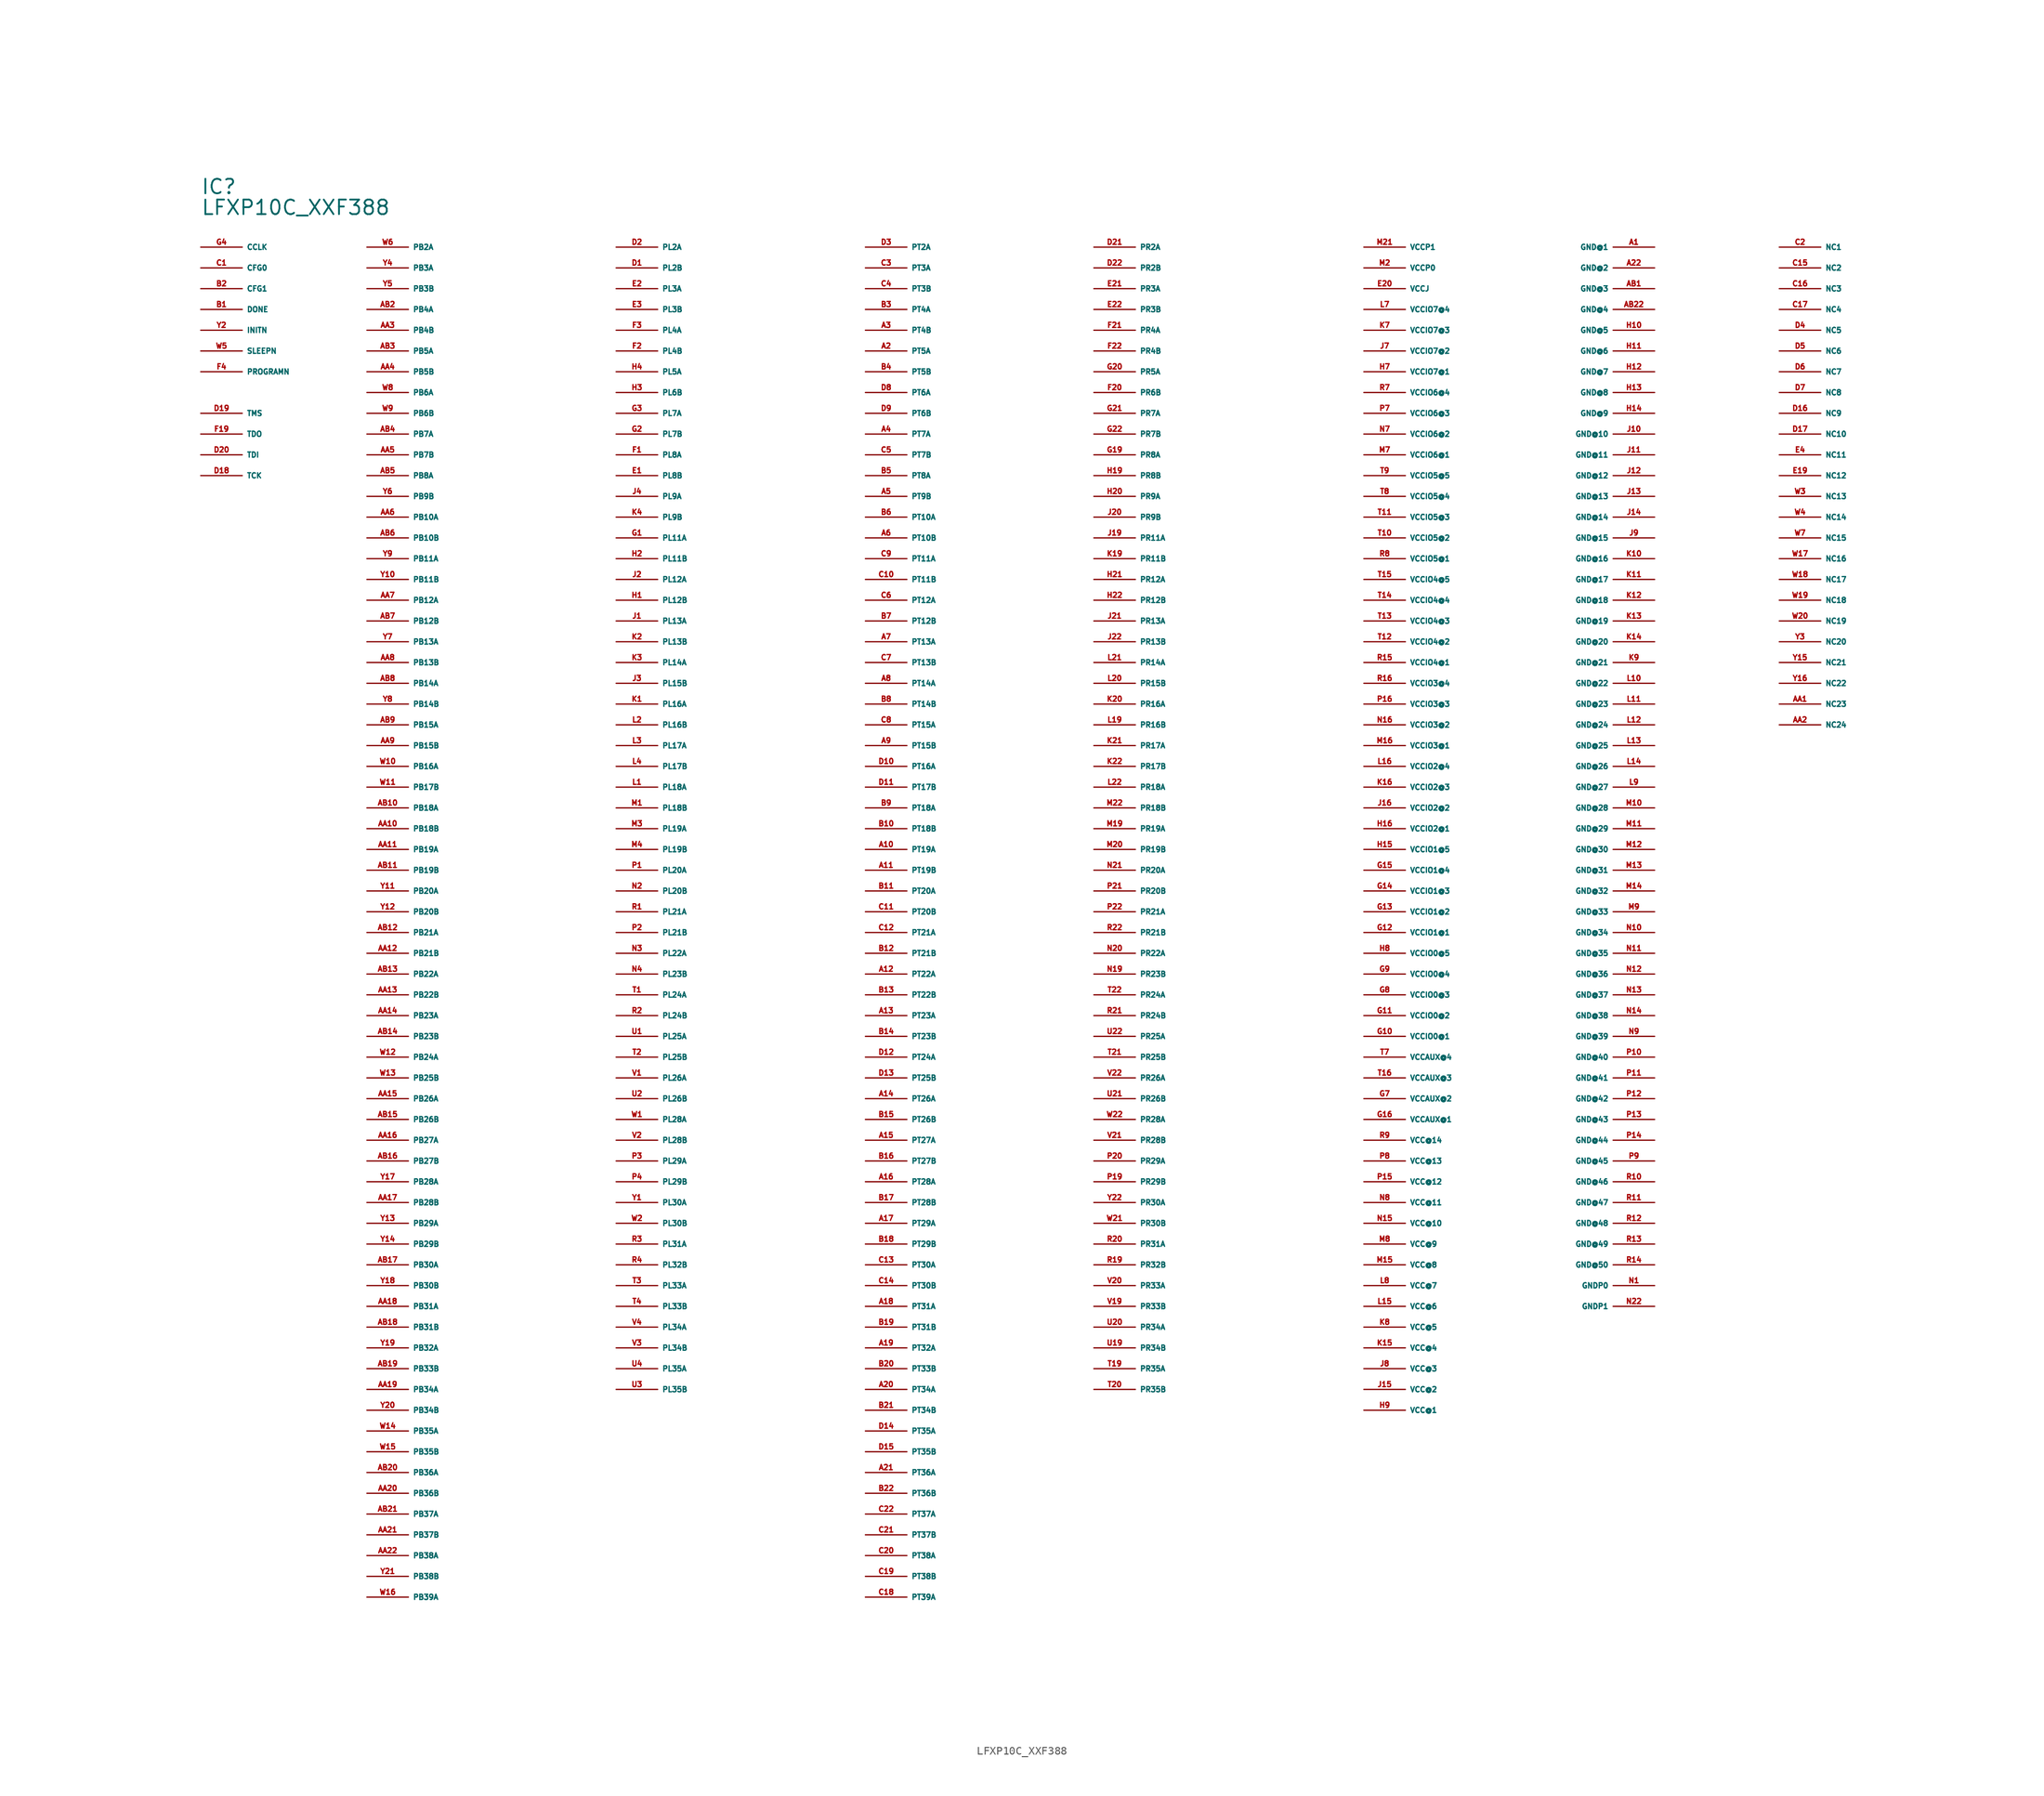
<source format=kicad_sym>
(kicad_symbol_lib
  (version 20220914)
  (generator Eagle2Kicad)
  (symbol "LFXP10C_XXF388"
    (property "Reference" "IC"
      (at -86.36 87.63 0)
      (effects (font (size 1.778 1.778) (thickness 0.22)) (justify left bottom)))
    (property "Value" "LFXP10C_XXF388"
      (at -86.36 85.09 0)
      (effects (font (size 1.778 1.778) (thickness 0.22)) (justify left bottom)))
    (pin bidirectional line
      (at -86.36 81.28 0)
      (length 5.08)
      (name "CCLK" (effects (font (size 0.635 0.635) (thickness 0.08)) (justify left bottom)))
      (number "G4" (effects (font (size 0.635 0.635) (thickness 0.08)) (justify left bottom))))
    (pin input line
      (at -86.36 78.74 0)
      (length 5.08)
      (name "CFG0" (effects (font (size 0.635 0.635) (thickness 0.08)) (justify left bottom)))
      (number "C1" (effects (font (size 0.635 0.635) (thickness 0.08)) (justify left bottom))))
    (pin input line
      (at -86.36 76.2 0)
      (length 5.08)
      (name "CFG1" (effects (font (size 0.635 0.635) (thickness 0.08)) (justify left bottom)))
      (number "B2" (effects (font (size 0.635 0.635) (thickness 0.08)) (justify left bottom))))
    (pin bidirectional line
      (at -86.36 73.66 0)
      (length 5.08)
      (name "DONE" (effects (font (size 0.635 0.635) (thickness 0.08)) (justify left bottom)))
      (number "B1" (effects (font (size 0.635 0.635) (thickness 0.08)) (justify left bottom))))
    (pin unspecified line
      (at 91.44 81.28 180)
      (length 5.08)
      (name "GND@1" (effects (font (size 0.635 0.635) (thickness 0.08)) (justify left bottom)))
      (number "A1" (effects (font (size 0.635 0.635) (thickness 0.08)) (justify left bottom))))
    (pin unspecified line
      (at 91.44 78.74 180)
      (length 5.08)
      (name "GND@2" (effects (font (size 0.635 0.635) (thickness 0.08)) (justify left bottom)))
      (number "A22" (effects (font (size 0.635 0.635) (thickness 0.08)) (justify left bottom))))
    (pin unspecified line
      (at 91.44 76.2 180)
      (length 5.08)
      (name "GND@3" (effects (font (size 0.635 0.635) (thickness 0.08)) (justify left bottom)))
      (number "AB1" (effects (font (size 0.635 0.635) (thickness 0.08)) (justify left bottom))))
    (pin unspecified line
      (at 91.44 73.66 180)
      (length 5.08)
      (name "GND@4" (effects (font (size 0.635 0.635) (thickness 0.08)) (justify left bottom)))
      (number "AB22" (effects (font (size 0.635 0.635) (thickness 0.08)) (justify left bottom))))
    (pin unspecified line
      (at 91.44 71.12 180)
      (length 5.08)
      (name "GND@5" (effects (font (size 0.635 0.635) (thickness 0.08)) (justify left bottom)))
      (number "H10" (effects (font (size 0.635 0.635) (thickness 0.08)) (justify left bottom))))
    (pin unspecified line
      (at 91.44 68.58 180)
      (length 5.08)
      (name "GND@6" (effects (font (size 0.635 0.635) (thickness 0.08)) (justify left bottom)))
      (number "H11" (effects (font (size 0.635 0.635) (thickness 0.08)) (justify left bottom))))
    (pin unspecified line
      (at 91.44 66.04 180)
      (length 5.08)
      (name "GND@7" (effects (font (size 0.635 0.635) (thickness 0.08)) (justify left bottom)))
      (number "H12" (effects (font (size 0.635 0.635) (thickness 0.08)) (justify left bottom))))
    (pin unspecified line
      (at 91.44 63.5 180)
      (length 5.08)
      (name "GND@8" (effects (font (size 0.635 0.635) (thickness 0.08)) (justify left bottom)))
      (number "H13" (effects (font (size 0.635 0.635) (thickness 0.08)) (justify left bottom))))
    (pin unspecified line
      (at 91.44 60.96 180)
      (length 5.08)
      (name "GND@9" (effects (font (size 0.635 0.635) (thickness 0.08)) (justify left bottom)))
      (number "H14" (effects (font (size 0.635 0.635) (thickness 0.08)) (justify left bottom))))
    (pin unspecified line
      (at 91.44 58.42 180)
      (length 5.08)
      (name "GND@10" (effects (font (size 0.635 0.635) (thickness 0.08)) (justify left bottom)))
      (number "J10" (effects (font (size 0.635 0.635) (thickness 0.08)) (justify left bottom))))
    (pin unspecified line
      (at 91.44 55.88 180)
      (length 5.08)
      (name "GND@11" (effects (font (size 0.635 0.635) (thickness 0.08)) (justify left bottom)))
      (number "J11" (effects (font (size 0.635 0.635) (thickness 0.08)) (justify left bottom))))
    (pin unspecified line
      (at 91.44 53.34 180)
      (length 5.08)
      (name "GND@12" (effects (font (size 0.635 0.635) (thickness 0.08)) (justify left bottom)))
      (number "J12" (effects (font (size 0.635 0.635) (thickness 0.08)) (justify left bottom))))
    (pin unspecified line
      (at 91.44 50.8 180)
      (length 5.08)
      (name "GND@13" (effects (font (size 0.635 0.635) (thickness 0.08)) (justify left bottom)))
      (number "J13" (effects (font (size 0.635 0.635) (thickness 0.08)) (justify left bottom))))
    (pin unspecified line
      (at 91.44 48.26 180)
      (length 5.08)
      (name "GND@14" (effects (font (size 0.635 0.635) (thickness 0.08)) (justify left bottom)))
      (number "J14" (effects (font (size 0.635 0.635) (thickness 0.08)) (justify left bottom))))
    (pin unspecified line
      (at 91.44 45.72 180)
      (length 5.08)
      (name "GND@15" (effects (font (size 0.635 0.635) (thickness 0.08)) (justify left bottom)))
      (number "J9" (effects (font (size 0.635 0.635) (thickness 0.08)) (justify left bottom))))
    (pin unspecified line
      (at 91.44 43.18 180)
      (length 5.08)
      (name "GND@16" (effects (font (size 0.635 0.635) (thickness 0.08)) (justify left bottom)))
      (number "K10" (effects (font (size 0.635 0.635) (thickness 0.08)) (justify left bottom))))
    (pin unspecified line
      (at 91.44 40.64 180)
      (length 5.08)
      (name "GND@17" (effects (font (size 0.635 0.635) (thickness 0.08)) (justify left bottom)))
      (number "K11" (effects (font (size 0.635 0.635) (thickness 0.08)) (justify left bottom))))
    (pin unspecified line
      (at 91.44 38.1 180)
      (length 5.08)
      (name "GND@18" (effects (font (size 0.635 0.635) (thickness 0.08)) (justify left bottom)))
      (number "K12" (effects (font (size 0.635 0.635) (thickness 0.08)) (justify left bottom))))
    (pin unspecified line
      (at 91.44 35.56 180)
      (length 5.08)
      (name "GND@19" (effects (font (size 0.635 0.635) (thickness 0.08)) (justify left bottom)))
      (number "K13" (effects (font (size 0.635 0.635) (thickness 0.08)) (justify left bottom))))
    (pin unspecified line
      (at 91.44 33.02 180)
      (length 5.08)
      (name "GND@20" (effects (font (size 0.635 0.635) (thickness 0.08)) (justify left bottom)))
      (number "K14" (effects (font (size 0.635 0.635) (thickness 0.08)) (justify left bottom))))
    (pin unspecified line
      (at 91.44 30.48 180)
      (length 5.08)
      (name "GND@21" (effects (font (size 0.635 0.635) (thickness 0.08)) (justify left bottom)))
      (number "K9" (effects (font (size 0.635 0.635) (thickness 0.08)) (justify left bottom))))
    (pin unspecified line
      (at 91.44 27.94 180)
      (length 5.08)
      (name "GND@22" (effects (font (size 0.635 0.635) (thickness 0.08)) (justify left bottom)))
      (number "L10" (effects (font (size 0.635 0.635) (thickness 0.08)) (justify left bottom))))
    (pin unspecified line
      (at 91.44 25.4 180)
      (length 5.08)
      (name "GND@23" (effects (font (size 0.635 0.635) (thickness 0.08)) (justify left bottom)))
      (number "L11" (effects (font (size 0.635 0.635) (thickness 0.08)) (justify left bottom))))
    (pin unspecified line
      (at 91.44 22.86 180)
      (length 5.08)
      (name "GND@24" (effects (font (size 0.635 0.635) (thickness 0.08)) (justify left bottom)))
      (number "L12" (effects (font (size 0.635 0.635) (thickness 0.08)) (justify left bottom))))
    (pin unspecified line
      (at 91.44 20.32 180)
      (length 5.08)
      (name "GND@25" (effects (font (size 0.635 0.635) (thickness 0.08)) (justify left bottom)))
      (number "L13" (effects (font (size 0.635 0.635) (thickness 0.08)) (justify left bottom))))
    (pin unspecified line
      (at 91.44 17.78 180)
      (length 5.08)
      (name "GND@26" (effects (font (size 0.635 0.635) (thickness 0.08)) (justify left bottom)))
      (number "L14" (effects (font (size 0.635 0.635) (thickness 0.08)) (justify left bottom))))
    (pin unspecified line
      (at 91.44 15.24 180)
      (length 5.08)
      (name "GND@27" (effects (font (size 0.635 0.635) (thickness 0.08)) (justify left bottom)))
      (number "L9" (effects (font (size 0.635 0.635) (thickness 0.08)) (justify left bottom))))
    (pin unspecified line
      (at 91.44 12.7 180)
      (length 5.08)
      (name "GND@28" (effects (font (size 0.635 0.635) (thickness 0.08)) (justify left bottom)))
      (number "M10" (effects (font (size 0.635 0.635) (thickness 0.08)) (justify left bottom))))
    (pin unspecified line
      (at 91.44 10.16 180)
      (length 5.08)
      (name "GND@29" (effects (font (size 0.635 0.635) (thickness 0.08)) (justify left bottom)))
      (number "M11" (effects (font (size 0.635 0.635) (thickness 0.08)) (justify left bottom))))
    (pin unspecified line
      (at 91.44 7.62 180)
      (length 5.08)
      (name "GND@30" (effects (font (size 0.635 0.635) (thickness 0.08)) (justify left bottom)))
      (number "M12" (effects (font (size 0.635 0.635) (thickness 0.08)) (justify left bottom))))
    (pin unspecified line
      (at 91.44 5.08 180)
      (length 5.08)
      (name "GND@31" (effects (font (size 0.635 0.635) (thickness 0.08)) (justify left bottom)))
      (number "M13" (effects (font (size 0.635 0.635) (thickness 0.08)) (justify left bottom))))
    (pin unspecified line
      (at 91.44 2.54 180)
      (length 5.08)
      (name "GND@32" (effects (font (size 0.635 0.635) (thickness 0.08)) (justify left bottom)))
      (number "M14" (effects (font (size 0.635 0.635) (thickness 0.08)) (justify left bottom))))
    (pin unspecified line
      (at 91.44 0 180)
      (length 5.08)
      (name "GND@33" (effects (font (size 0.635 0.635) (thickness 0.08)) (justify left bottom)))
      (number "M9" (effects (font (size 0.635 0.635) (thickness 0.08)) (justify left bottom))))
    (pin unspecified line
      (at 91.44 -2.54 180)
      (length 5.08)
      (name "GND@34" (effects (font (size 0.635 0.635) (thickness 0.08)) (justify left bottom)))
      (number "N10" (effects (font (size 0.635 0.635) (thickness 0.08)) (justify left bottom))))
    (pin unspecified line
      (at 91.44 -5.08 180)
      (length 5.08)
      (name "GND@35" (effects (font (size 0.635 0.635) (thickness 0.08)) (justify left bottom)))
      (number "N11" (effects (font (size 0.635 0.635) (thickness 0.08)) (justify left bottom))))
    (pin unspecified line
      (at 91.44 -7.62 180)
      (length 5.08)
      (name "GND@36" (effects (font (size 0.635 0.635) (thickness 0.08)) (justify left bottom)))
      (number "N12" (effects (font (size 0.635 0.635) (thickness 0.08)) (justify left bottom))))
    (pin unspecified line
      (at 91.44 -10.16 180)
      (length 5.08)
      (name "GND@37" (effects (font (size 0.635 0.635) (thickness 0.08)) (justify left bottom)))
      (number "N13" (effects (font (size 0.635 0.635) (thickness 0.08)) (justify left bottom))))
    (pin unspecified line
      (at 91.44 -12.7 180)
      (length 5.08)
      (name "GND@38" (effects (font (size 0.635 0.635) (thickness 0.08)) (justify left bottom)))
      (number "N14" (effects (font (size 0.635 0.635) (thickness 0.08)) (justify left bottom))))
    (pin unspecified line
      (at 91.44 -15.24 180)
      (length 5.08)
      (name "GND@39" (effects (font (size 0.635 0.635) (thickness 0.08)) (justify left bottom)))
      (number "N9" (effects (font (size 0.635 0.635) (thickness 0.08)) (justify left bottom))))
    (pin unspecified line
      (at 91.44 -17.78 180)
      (length 5.08)
      (name "GND@40" (effects (font (size 0.635 0.635) (thickness 0.08)) (justify left bottom)))
      (number "P10" (effects (font (size 0.635 0.635) (thickness 0.08)) (justify left bottom))))
    (pin unspecified line
      (at 91.44 -20.32 180)
      (length 5.08)
      (name "GND@41" (effects (font (size 0.635 0.635) (thickness 0.08)) (justify left bottom)))
      (number "P11" (effects (font (size 0.635 0.635) (thickness 0.08)) (justify left bottom))))
    (pin unspecified line
      (at 91.44 -22.86 180)
      (length 5.08)
      (name "GND@42" (effects (font (size 0.635 0.635) (thickness 0.08)) (justify left bottom)))
      (number "P12" (effects (font (size 0.635 0.635) (thickness 0.08)) (justify left bottom))))
    (pin unspecified line
      (at 91.44 -25.4 180)
      (length 5.08)
      (name "GND@43" (effects (font (size 0.635 0.635) (thickness 0.08)) (justify left bottom)))
      (number "P13" (effects (font (size 0.635 0.635) (thickness 0.08)) (justify left bottom))))
    (pin unspecified line
      (at 91.44 -27.94 180)
      (length 5.08)
      (name "GND@44" (effects (font (size 0.635 0.635) (thickness 0.08)) (justify left bottom)))
      (number "P14" (effects (font (size 0.635 0.635) (thickness 0.08)) (justify left bottom))))
    (pin unspecified line
      (at 91.44 -30.48 180)
      (length 5.08)
      (name "GND@45" (effects (font (size 0.635 0.635) (thickness 0.08)) (justify left bottom)))
      (number "P9" (effects (font (size 0.635 0.635) (thickness 0.08)) (justify left bottom))))
    (pin unspecified line
      (at 91.44 -33.02 180)
      (length 5.08)
      (name "GND@46" (effects (font (size 0.635 0.635) (thickness 0.08)) (justify left bottom)))
      (number "R10" (effects (font (size 0.635 0.635) (thickness 0.08)) (justify left bottom))))
    (pin unspecified line
      (at 91.44 -35.56 180)
      (length 5.08)
      (name "GND@47" (effects (font (size 0.635 0.635) (thickness 0.08)) (justify left bottom)))
      (number "R11" (effects (font (size 0.635 0.635) (thickness 0.08)) (justify left bottom))))
    (pin unspecified line
      (at 91.44 -38.1 180)
      (length 5.08)
      (name "GND@48" (effects (font (size 0.635 0.635) (thickness 0.08)) (justify left bottom)))
      (number "R12" (effects (font (size 0.635 0.635) (thickness 0.08)) (justify left bottom))))
    (pin unspecified line
      (at 91.44 -40.64 180)
      (length 5.08)
      (name "GND@49" (effects (font (size 0.635 0.635) (thickness 0.08)) (justify left bottom)))
      (number "R13" (effects (font (size 0.635 0.635) (thickness 0.08)) (justify left bottom))))
    (pin unspecified line
      (at 91.44 -43.18 180)
      (length 5.08)
      (name "GND@50" (effects (font (size 0.635 0.635) (thickness 0.08)) (justify left bottom)))
      (number "R14" (effects (font (size 0.635 0.635) (thickness 0.08)) (justify left bottom))))
    (pin unspecified line
      (at 91.44 -45.72 180)
      (length 5.08)
      (name "GNDP0" (effects (font (size 0.635 0.635) (thickness 0.08)) (justify left bottom)))
      (number "N1" (effects (font (size 0.635 0.635) (thickness 0.08)) (justify left bottom))))
    (pin unspecified line
      (at 91.44 -48.26 180)
      (length 5.08)
      (name "GNDP1" (effects (font (size 0.635 0.635) (thickness 0.08)) (justify left bottom)))
      (number "N22" (effects (font (size 0.635 0.635) (thickness 0.08)) (justify left bottom))))
    (pin bidirectional line
      (at -86.36 71.12 0)
      (length 5.08)
      (name "INITN" (effects (font (size 0.635 0.635) (thickness 0.08)) (justify left bottom)))
      (number "Y2" (effects (font (size 0.635 0.635) (thickness 0.08)) (justify left bottom))))
    (pin passive line
      (at 106.68 81.28 0)
      (length 5.08)
      (name "NC1" (effects (font (size 0.635 0.635) (thickness 0.08)) (justify left bottom)))
      (number "C2" (effects (font (size 0.635 0.635) (thickness 0.08)) (justify left bottom))))
    (pin passive line
      (at 106.68 78.74 0)
      (length 5.08)
      (name "NC2" (effects (font (size 0.635 0.635) (thickness 0.08)) (justify left bottom)))
      (number "C15" (effects (font (size 0.635 0.635) (thickness 0.08)) (justify left bottom))))
    (pin passive line
      (at 106.68 76.2 0)
      (length 5.08)
      (name "NC3" (effects (font (size 0.635 0.635) (thickness 0.08)) (justify left bottom)))
      (number "C16" (effects (font (size 0.635 0.635) (thickness 0.08)) (justify left bottom))))
    (pin passive line
      (at 106.68 73.66 0)
      (length 5.08)
      (name "NC4" (effects (font (size 0.635 0.635) (thickness 0.08)) (justify left bottom)))
      (number "C17" (effects (font (size 0.635 0.635) (thickness 0.08)) (justify left bottom))))
    (pin passive line
      (at 106.68 71.12 0)
      (length 5.08)
      (name "NC5" (effects (font (size 0.635 0.635) (thickness 0.08)) (justify left bottom)))
      (number "D4" (effects (font (size 0.635 0.635) (thickness 0.08)) (justify left bottom))))
    (pin passive line
      (at 106.68 68.58 0)
      (length 5.08)
      (name "NC6" (effects (font (size 0.635 0.635) (thickness 0.08)) (justify left bottom)))
      (number "D5" (effects (font (size 0.635 0.635) (thickness 0.08)) (justify left bottom))))
    (pin passive line
      (at 106.68 66.04 0)
      (length 5.08)
      (name "NC7" (effects (font (size 0.635 0.635) (thickness 0.08)) (justify left bottom)))
      (number "D6" (effects (font (size 0.635 0.635) (thickness 0.08)) (justify left bottom))))
    (pin passive line
      (at 106.68 63.5 0)
      (length 5.08)
      (name "NC8" (effects (font (size 0.635 0.635) (thickness 0.08)) (justify left bottom)))
      (number "D7" (effects (font (size 0.635 0.635) (thickness 0.08)) (justify left bottom))))
    (pin passive line
      (at 106.68 60.96 0)
      (length 5.08)
      (name "NC9" (effects (font (size 0.635 0.635) (thickness 0.08)) (justify left bottom)))
      (number "D16" (effects (font (size 0.635 0.635) (thickness 0.08)) (justify left bottom))))
    (pin passive line
      (at 106.68 58.42 0)
      (length 5.08)
      (name "NC10" (effects (font (size 0.635 0.635) (thickness 0.08)) (justify left bottom)))
      (number "D17" (effects (font (size 0.635 0.635) (thickness 0.08)) (justify left bottom))))
    (pin passive line
      (at 106.68 55.88 0)
      (length 5.08)
      (name "NC11" (effects (font (size 0.635 0.635) (thickness 0.08)) (justify left bottom)))
      (number "E4" (effects (font (size 0.635 0.635) (thickness 0.08)) (justify left bottom))))
    (pin passive line
      (at 106.68 53.34 0)
      (length 5.08)
      (name "NC12" (effects (font (size 0.635 0.635) (thickness 0.08)) (justify left bottom)))
      (number "E19" (effects (font (size 0.635 0.635) (thickness 0.08)) (justify left bottom))))
    (pin passive line
      (at 106.68 50.8 0)
      (length 5.08)
      (name "NC13" (effects (font (size 0.635 0.635) (thickness 0.08)) (justify left bottom)))
      (number "W3" (effects (font (size 0.635 0.635) (thickness 0.08)) (justify left bottom))))
    (pin passive line
      (at 106.68 48.26 0)
      (length 5.08)
      (name "NC14" (effects (font (size 0.635 0.635) (thickness 0.08)) (justify left bottom)))
      (number "W4" (effects (font (size 0.635 0.635) (thickness 0.08)) (justify left bottom))))
    (pin passive line
      (at 106.68 45.72 0)
      (length 5.08)
      (name "NC15" (effects (font (size 0.635 0.635) (thickness 0.08)) (justify left bottom)))
      (number "W7" (effects (font (size 0.635 0.635) (thickness 0.08)) (justify left bottom))))
    (pin passive line
      (at 106.68 43.18 0)
      (length 5.08)
      (name "NC16" (effects (font (size 0.635 0.635) (thickness 0.08)) (justify left bottom)))
      (number "W17" (effects (font (size 0.635 0.635) (thickness 0.08)) (justify left bottom))))
    (pin passive line
      (at 106.68 40.64 0)
      (length 5.08)
      (name "NC17" (effects (font (size 0.635 0.635) (thickness 0.08)) (justify left bottom)))
      (number "W18" (effects (font (size 0.635 0.635) (thickness 0.08)) (justify left bottom))))
    (pin passive line
      (at 106.68 38.1 0)
      (length 5.08)
      (name "NC18" (effects (font (size 0.635 0.635) (thickness 0.08)) (justify left bottom)))
      (number "W19" (effects (font (size 0.635 0.635) (thickness 0.08)) (justify left bottom))))
    (pin passive line
      (at 106.68 35.56 0)
      (length 5.08)
      (name "NC19" (effects (font (size 0.635 0.635) (thickness 0.08)) (justify left bottom)))
      (number "W20" (effects (font (size 0.635 0.635) (thickness 0.08)) (justify left bottom))))
    (pin passive line
      (at 106.68 33.02 0)
      (length 5.08)
      (name "NC20" (effects (font (size 0.635 0.635) (thickness 0.08)) (justify left bottom)))
      (number "Y3" (effects (font (size 0.635 0.635) (thickness 0.08)) (justify left bottom))))
    (pin passive line
      (at 106.68 30.48 0)
      (length 5.08)
      (name "NC21" (effects (font (size 0.635 0.635) (thickness 0.08)) (justify left bottom)))
      (number "Y15" (effects (font (size 0.635 0.635) (thickness 0.08)) (justify left bottom))))
    (pin passive line
      (at 106.68 27.94 0)
      (length 5.08)
      (name "NC22" (effects (font (size 0.635 0.635) (thickness 0.08)) (justify left bottom)))
      (number "Y16" (effects (font (size 0.635 0.635) (thickness 0.08)) (justify left bottom))))
    (pin passive line
      (at 106.68 25.4 0)
      (length 5.08)
      (name "NC23" (effects (font (size 0.635 0.635) (thickness 0.08)) (justify left bottom)))
      (number "AA1" (effects (font (size 0.635 0.635) (thickness 0.08)) (justify left bottom))))
    (pin passive line
      (at 106.68 22.86 0)
      (length 5.08)
      (name "NC24" (effects (font (size 0.635 0.635) (thickness 0.08)) (justify left bottom)))
      (number "AA2" (effects (font (size 0.635 0.635) (thickness 0.08)) (justify left bottom))))
    (pin bidirectional line
      (at -66.04 81.28 0)
      (length 5.08)
      (name "PB2A" (effects (font (size 0.635 0.635) (thickness 0.08)) (justify left bottom)))
      (number "W6" (effects (font (size 0.635 0.635) (thickness 0.08)) (justify left bottom))))
    (pin bidirectional line
      (at -66.04 78.74 0)
      (length 5.08)
      (name "PB3A" (effects (font (size 0.635 0.635) (thickness 0.08)) (justify left bottom)))
      (number "Y4" (effects (font (size 0.635 0.635) (thickness 0.08)) (justify left bottom))))
    (pin bidirectional line
      (at -66.04 76.2 0)
      (length 5.08)
      (name "PB3B" (effects (font (size 0.635 0.635) (thickness 0.08)) (justify left bottom)))
      (number "Y5" (effects (font (size 0.635 0.635) (thickness 0.08)) (justify left bottom))))
    (pin bidirectional line
      (at -66.04 73.66 0)
      (length 5.08)
      (name "PB4A" (effects (font (size 0.635 0.635) (thickness 0.08)) (justify left bottom)))
      (number "AB2" (effects (font (size 0.635 0.635) (thickness 0.08)) (justify left bottom))))
    (pin bidirectional line
      (at -66.04 71.12 0)
      (length 5.08)
      (name "PB4B" (effects (font (size 0.635 0.635) (thickness 0.08)) (justify left bottom)))
      (number "AA3" (effects (font (size 0.635 0.635) (thickness 0.08)) (justify left bottom))))
    (pin bidirectional line
      (at -66.04 68.58 0)
      (length 5.08)
      (name "PB5A" (effects (font (size 0.635 0.635) (thickness 0.08)) (justify left bottom)))
      (number "AB3" (effects (font (size 0.635 0.635) (thickness 0.08)) (justify left bottom))))
    (pin bidirectional line
      (at -66.04 66.04 0)
      (length 5.08)
      (name "PB5B" (effects (font (size 0.635 0.635) (thickness 0.08)) (justify left bottom)))
      (number "AA4" (effects (font (size 0.635 0.635) (thickness 0.08)) (justify left bottom))))
    (pin bidirectional line
      (at -66.04 63.5 0)
      (length 5.08)
      (name "PB6A" (effects (font (size 0.635 0.635) (thickness 0.08)) (justify left bottom)))
      (number "W8" (effects (font (size 0.635 0.635) (thickness 0.08)) (justify left bottom))))
    (pin bidirectional line
      (at -66.04 60.96 0)
      (length 5.08)
      (name "PB6B" (effects (font (size 0.635 0.635) (thickness 0.08)) (justify left bottom)))
      (number "W9" (effects (font (size 0.635 0.635) (thickness 0.08)) (justify left bottom))))
    (pin bidirectional line
      (at -66.04 58.42 0)
      (length 5.08)
      (name "PB7A" (effects (font (size 0.635 0.635) (thickness 0.08)) (justify left bottom)))
      (number "AB4" (effects (font (size 0.635 0.635) (thickness 0.08)) (justify left bottom))))
    (pin bidirectional line
      (at -66.04 55.88 0)
      (length 5.08)
      (name "PB7B" (effects (font (size 0.635 0.635) (thickness 0.08)) (justify left bottom)))
      (number "AA5" (effects (font (size 0.635 0.635) (thickness 0.08)) (justify left bottom))))
    (pin bidirectional line
      (at -66.04 53.34 0)
      (length 5.08)
      (name "PB8A" (effects (font (size 0.635 0.635) (thickness 0.08)) (justify left bottom)))
      (number "AB5" (effects (font (size 0.635 0.635) (thickness 0.08)) (justify left bottom))))
    (pin bidirectional line
      (at -66.04 50.8 0)
      (length 5.08)
      (name "PB9B" (effects (font (size 0.635 0.635) (thickness 0.08)) (justify left bottom)))
      (number "Y6" (effects (font (size 0.635 0.635) (thickness 0.08)) (justify left bottom))))
    (pin bidirectional line
      (at -66.04 48.26 0)
      (length 5.08)
      (name "PB10A" (effects (font (size 0.635 0.635) (thickness 0.08)) (justify left bottom)))
      (number "AA6" (effects (font (size 0.635 0.635) (thickness 0.08)) (justify left bottom))))
    (pin bidirectional line
      (at -66.04 45.72 0)
      (length 5.08)
      (name "PB10B" (effects (font (size 0.635 0.635) (thickness 0.08)) (justify left bottom)))
      (number "AB6" (effects (font (size 0.635 0.635) (thickness 0.08)) (justify left bottom))))
    (pin bidirectional line
      (at -66.04 43.18 0)
      (length 5.08)
      (name "PB11A" (effects (font (size 0.635 0.635) (thickness 0.08)) (justify left bottom)))
      (number "Y9" (effects (font (size 0.635 0.635) (thickness 0.08)) (justify left bottom))))
    (pin bidirectional line
      (at -66.04 40.64 0)
      (length 5.08)
      (name "PB11B" (effects (font (size 0.635 0.635) (thickness 0.08)) (justify left bottom)))
      (number "Y10" (effects (font (size 0.635 0.635) (thickness 0.08)) (justify left bottom))))
    (pin bidirectional line
      (at -66.04 38.1 0)
      (length 5.08)
      (name "PB12A" (effects (font (size 0.635 0.635) (thickness 0.08)) (justify left bottom)))
      (number "AA7" (effects (font (size 0.635 0.635) (thickness 0.08)) (justify left bottom))))
    (pin bidirectional line
      (at -66.04 35.56 0)
      (length 5.08)
      (name "PB12B" (effects (font (size 0.635 0.635) (thickness 0.08)) (justify left bottom)))
      (number "AB7" (effects (font (size 0.635 0.635) (thickness 0.08)) (justify left bottom))))
    (pin bidirectional line
      (at -66.04 33.02 0)
      (length 5.08)
      (name "PB13A" (effects (font (size 0.635 0.635) (thickness 0.08)) (justify left bottom)))
      (number "Y7" (effects (font (size 0.635 0.635) (thickness 0.08)) (justify left bottom))))
    (pin bidirectional line
      (at -66.04 30.48 0)
      (length 5.08)
      (name "PB13B" (effects (font (size 0.635 0.635) (thickness 0.08)) (justify left bottom)))
      (number "AA8" (effects (font (size 0.635 0.635) (thickness 0.08)) (justify left bottom))))
    (pin bidirectional line
      (at -66.04 27.94 0)
      (length 5.08)
      (name "PB14A" (effects (font (size 0.635 0.635) (thickness 0.08)) (justify left bottom)))
      (number "AB8" (effects (font (size 0.635 0.635) (thickness 0.08)) (justify left bottom))))
    (pin bidirectional line
      (at -66.04 25.4 0)
      (length 5.08)
      (name "PB14B" (effects (font (size 0.635 0.635) (thickness 0.08)) (justify left bottom)))
      (number "Y8" (effects (font (size 0.635 0.635) (thickness 0.08)) (justify left bottom))))
    (pin bidirectional line
      (at -66.04 22.86 0)
      (length 5.08)
      (name "PB15A" (effects (font (size 0.635 0.635) (thickness 0.08)) (justify left bottom)))
      (number "AB9" (effects (font (size 0.635 0.635) (thickness 0.08)) (justify left bottom))))
    (pin bidirectional line
      (at -66.04 20.32 0)
      (length 5.08)
      (name "PB15B" (effects (font (size 0.635 0.635) (thickness 0.08)) (justify left bottom)))
      (number "AA9" (effects (font (size 0.635 0.635) (thickness 0.08)) (justify left bottom))))
    (pin bidirectional line
      (at -66.04 17.78 0)
      (length 5.08)
      (name "PB16A" (effects (font (size 0.635 0.635) (thickness 0.08)) (justify left bottom)))
      (number "W10" (effects (font (size 0.635 0.635) (thickness 0.08)) (justify left bottom))))
    (pin bidirectional line
      (at -66.04 15.24 0)
      (length 5.08)
      (name "PB17B" (effects (font (size 0.635 0.635) (thickness 0.08)) (justify left bottom)))
      (number "W11" (effects (font (size 0.635 0.635) (thickness 0.08)) (justify left bottom))))
    (pin bidirectional line
      (at -66.04 12.7 0)
      (length 5.08)
      (name "PB18A" (effects (font (size 0.635 0.635) (thickness 0.08)) (justify left bottom)))
      (number "AB10" (effects (font (size 0.635 0.635) (thickness 0.08)) (justify left bottom))))
    (pin bidirectional line
      (at -66.04 10.16 0)
      (length 5.08)
      (name "PB18B" (effects (font (size 0.635 0.635) (thickness 0.08)) (justify left bottom)))
      (number "AA10" (effects (font (size 0.635 0.635) (thickness 0.08)) (justify left bottom))))
    (pin bidirectional line
      (at -66.04 7.62 0)
      (length 5.08)
      (name "PB19A" (effects (font (size 0.635 0.635) (thickness 0.08)) (justify left bottom)))
      (number "AA11" (effects (font (size 0.635 0.635) (thickness 0.08)) (justify left bottom))))
    (pin bidirectional line
      (at -66.04 5.08 0)
      (length 5.08)
      (name "PB19B" (effects (font (size 0.635 0.635) (thickness 0.08)) (justify left bottom)))
      (number "AB11" (effects (font (size 0.635 0.635) (thickness 0.08)) (justify left bottom))))
    (pin bidirectional line
      (at -66.04 2.54 0)
      (length 5.08)
      (name "PB20A" (effects (font (size 0.635 0.635) (thickness 0.08)) (justify left bottom)))
      (number "Y11" (effects (font (size 0.635 0.635) (thickness 0.08)) (justify left bottom))))
    (pin bidirectional line
      (at -66.04 0 0)
      (length 5.08)
      (name "PB20B" (effects (font (size 0.635 0.635) (thickness 0.08)) (justify left bottom)))
      (number "Y12" (effects (font (size 0.635 0.635) (thickness 0.08)) (justify left bottom))))
    (pin bidirectional line
      (at -66.04 -2.54 0)
      (length 5.08)
      (name "PB21A" (effects (font (size 0.635 0.635) (thickness 0.08)) (justify left bottom)))
      (number "AB12" (effects (font (size 0.635 0.635) (thickness 0.08)) (justify left bottom))))
    (pin bidirectional line
      (at -66.04 -5.08 0)
      (length 5.08)
      (name "PB21B" (effects (font (size 0.635 0.635) (thickness 0.08)) (justify left bottom)))
      (number "AA12" (effects (font (size 0.635 0.635) (thickness 0.08)) (justify left bottom))))
    (pin bidirectional line
      (at -66.04 -7.62 0)
      (length 5.08)
      (name "PB22A" (effects (font (size 0.635 0.635) (thickness 0.08)) (justify left bottom)))
      (number "AB13" (effects (font (size 0.635 0.635) (thickness 0.08)) (justify left bottom))))
    (pin bidirectional line
      (at -66.04 -10.16 0)
      (length 5.08)
      (name "PB22B" (effects (font (size 0.635 0.635) (thickness 0.08)) (justify left bottom)))
      (number "AA13" (effects (font (size 0.635 0.635) (thickness 0.08)) (justify left bottom))))
    (pin bidirectional line
      (at -66.04 -12.7 0)
      (length 5.08)
      (name "PB23A" (effects (font (size 0.635 0.635) (thickness 0.08)) (justify left bottom)))
      (number "AA14" (effects (font (size 0.635 0.635) (thickness 0.08)) (justify left bottom))))
    (pin bidirectional line
      (at -66.04 -15.24 0)
      (length 5.08)
      (name "PB23B" (effects (font (size 0.635 0.635) (thickness 0.08)) (justify left bottom)))
      (number "AB14" (effects (font (size 0.635 0.635) (thickness 0.08)) (justify left bottom))))
    (pin bidirectional line
      (at -66.04 -17.78 0)
      (length 5.08)
      (name "PB24A" (effects (font (size 0.635 0.635) (thickness 0.08)) (justify left bottom)))
      (number "W12" (effects (font (size 0.635 0.635) (thickness 0.08)) (justify left bottom))))
    (pin bidirectional line
      (at -66.04 -20.32 0)
      (length 5.08)
      (name "PB25B" (effects (font (size 0.635 0.635) (thickness 0.08)) (justify left bottom)))
      (number "W13" (effects (font (size 0.635 0.635) (thickness 0.08)) (justify left bottom))))
    (pin bidirectional line
      (at -66.04 -22.86 0)
      (length 5.08)
      (name "PB26A" (effects (font (size 0.635 0.635) (thickness 0.08)) (justify left bottom)))
      (number "AA15" (effects (font (size 0.635 0.635) (thickness 0.08)) (justify left bottom))))
    (pin bidirectional line
      (at -66.04 -25.4 0)
      (length 5.08)
      (name "PB26B" (effects (font (size 0.635 0.635) (thickness 0.08)) (justify left bottom)))
      (number "AB15" (effects (font (size 0.635 0.635) (thickness 0.08)) (justify left bottom))))
    (pin bidirectional line
      (at -66.04 -27.94 0)
      (length 5.08)
      (name "PB27A" (effects (font (size 0.635 0.635) (thickness 0.08)) (justify left bottom)))
      (number "AA16" (effects (font (size 0.635 0.635) (thickness 0.08)) (justify left bottom))))
    (pin bidirectional line
      (at -66.04 -30.48 0)
      (length 5.08)
      (name "PB27B" (effects (font (size 0.635 0.635) (thickness 0.08)) (justify left bottom)))
      (number "AB16" (effects (font (size 0.635 0.635) (thickness 0.08)) (justify left bottom))))
    (pin bidirectional line
      (at -66.04 -33.02 0)
      (length 5.08)
      (name "PB28A" (effects (font (size 0.635 0.635) (thickness 0.08)) (justify left bottom)))
      (number "Y17" (effects (font (size 0.635 0.635) (thickness 0.08)) (justify left bottom))))
    (pin bidirectional line
      (at -66.04 -35.56 0)
      (length 5.08)
      (name "PB28B" (effects (font (size 0.635 0.635) (thickness 0.08)) (justify left bottom)))
      (number "AA17" (effects (font (size 0.635 0.635) (thickness 0.08)) (justify left bottom))))
    (pin bidirectional line
      (at -66.04 -38.1 0)
      (length 5.08)
      (name "PB29A" (effects (font (size 0.635 0.635) (thickness 0.08)) (justify left bottom)))
      (number "Y13" (effects (font (size 0.635 0.635) (thickness 0.08)) (justify left bottom))))
    (pin bidirectional line
      (at -66.04 -40.64 0)
      (length 5.08)
      (name "PB29B" (effects (font (size 0.635 0.635) (thickness 0.08)) (justify left bottom)))
      (number "Y14" (effects (font (size 0.635 0.635) (thickness 0.08)) (justify left bottom))))
    (pin bidirectional line
      (at -66.04 -43.18 0)
      (length 5.08)
      (name "PB30A" (effects (font (size 0.635 0.635) (thickness 0.08)) (justify left bottom)))
      (number "AB17" (effects (font (size 0.635 0.635) (thickness 0.08)) (justify left bottom))))
    (pin bidirectional line
      (at -66.04 -45.72 0)
      (length 5.08)
      (name "PB30B" (effects (font (size 0.635 0.635) (thickness 0.08)) (justify left bottom)))
      (number "Y18" (effects (font (size 0.635 0.635) (thickness 0.08)) (justify left bottom))))
    (pin bidirectional line
      (at -66.04 -48.26 0)
      (length 5.08)
      (name "PB31A" (effects (font (size 0.635 0.635) (thickness 0.08)) (justify left bottom)))
      (number "AA18" (effects (font (size 0.635 0.635) (thickness 0.08)) (justify left bottom))))
    (pin bidirectional line
      (at -66.04 -50.8 0)
      (length 5.08)
      (name "PB31B" (effects (font (size 0.635 0.635) (thickness 0.08)) (justify left bottom)))
      (number "AB18" (effects (font (size 0.635 0.635) (thickness 0.08)) (justify left bottom))))
    (pin bidirectional line
      (at -66.04 -53.34 0)
      (length 5.08)
      (name "PB32A" (effects (font (size 0.635 0.635) (thickness 0.08)) (justify left bottom)))
      (number "Y19" (effects (font (size 0.635 0.635) (thickness 0.08)) (justify left bottom))))
    (pin bidirectional line
      (at -66.04 -55.88 0)
      (length 5.08)
      (name "PB33B" (effects (font (size 0.635 0.635) (thickness 0.08)) (justify left bottom)))
      (number "AB19" (effects (font (size 0.635 0.635) (thickness 0.08)) (justify left bottom))))
    (pin bidirectional line
      (at -66.04 -58.42 0)
      (length 5.08)
      (name "PB34A" (effects (font (size 0.635 0.635) (thickness 0.08)) (justify left bottom)))
      (number "AA19" (effects (font (size 0.635 0.635) (thickness 0.08)) (justify left bottom))))
    (pin bidirectional line
      (at -66.04 -60.96 0)
      (length 5.08)
      (name "PB34B" (effects (font (size 0.635 0.635) (thickness 0.08)) (justify left bottom)))
      (number "Y20" (effects (font (size 0.635 0.635) (thickness 0.08)) (justify left bottom))))
    (pin bidirectional line
      (at -66.04 -63.5 0)
      (length 5.08)
      (name "PB35A" (effects (font (size 0.635 0.635) (thickness 0.08)) (justify left bottom)))
      (number "W14" (effects (font (size 0.635 0.635) (thickness 0.08)) (justify left bottom))))
    (pin bidirectional line
      (at -66.04 -66.04 0)
      (length 5.08)
      (name "PB35B" (effects (font (size 0.635 0.635) (thickness 0.08)) (justify left bottom)))
      (number "W15" (effects (font (size 0.635 0.635) (thickness 0.08)) (justify left bottom))))
    (pin bidirectional line
      (at -66.04 -68.58 0)
      (length 5.08)
      (name "PB36A" (effects (font (size 0.635 0.635) (thickness 0.08)) (justify left bottom)))
      (number "AB20" (effects (font (size 0.635 0.635) (thickness 0.08)) (justify left bottom))))
    (pin bidirectional line
      (at -66.04 -71.12 0)
      (length 5.08)
      (name "PB36B" (effects (font (size 0.635 0.635) (thickness 0.08)) (justify left bottom)))
      (number "AA20" (effects (font (size 0.635 0.635) (thickness 0.08)) (justify left bottom))))
    (pin bidirectional line
      (at -66.04 -73.66 0)
      (length 5.08)
      (name "PB37A" (effects (font (size 0.635 0.635) (thickness 0.08)) (justify left bottom)))
      (number "AB21" (effects (font (size 0.635 0.635) (thickness 0.08)) (justify left bottom))))
    (pin bidirectional line
      (at -66.04 -76.2 0)
      (length 5.08)
      (name "PB37B" (effects (font (size 0.635 0.635) (thickness 0.08)) (justify left bottom)))
      (number "AA21" (effects (font (size 0.635 0.635) (thickness 0.08)) (justify left bottom))))
    (pin bidirectional line
      (at -66.04 -78.74 0)
      (length 5.08)
      (name "PB38A" (effects (font (size 0.635 0.635) (thickness 0.08)) (justify left bottom)))
      (number "AA22" (effects (font (size 0.635 0.635) (thickness 0.08)) (justify left bottom))))
    (pin bidirectional line
      (at -66.04 -81.28 0)
      (length 5.08)
      (name "PB38B" (effects (font (size 0.635 0.635) (thickness 0.08)) (justify left bottom)))
      (number "Y21" (effects (font (size 0.635 0.635) (thickness 0.08)) (justify left bottom))))
    (pin bidirectional line
      (at -66.04 -83.82 0)
      (length 5.08)
      (name "PB39A" (effects (font (size 0.635 0.635) (thickness 0.08)) (justify left bottom)))
      (number "W16" (effects (font (size 0.635 0.635) (thickness 0.08)) (justify left bottom))))
    (pin bidirectional line
      (at -35.56 81.28 0)
      (length 5.08)
      (name "PL2A" (effects (font (size 0.635 0.635) (thickness 0.08)) (justify left bottom)))
      (number "D2" (effects (font (size 0.635 0.635) (thickness 0.08)) (justify left bottom))))
    (pin bidirectional line
      (at -35.56 78.74 0)
      (length 5.08)
      (name "PL2B" (effects (font (size 0.635 0.635) (thickness 0.08)) (justify left bottom)))
      (number "D1" (effects (font (size 0.635 0.635) (thickness 0.08)) (justify left bottom))))
    (pin bidirectional line
      (at -35.56 76.2 0)
      (length 5.08)
      (name "PL3A" (effects (font (size 0.635 0.635) (thickness 0.08)) (justify left bottom)))
      (number "E2" (effects (font (size 0.635 0.635) (thickness 0.08)) (justify left bottom))))
    (pin bidirectional line
      (at -35.56 73.66 0)
      (length 5.08)
      (name "PL3B" (effects (font (size 0.635 0.635) (thickness 0.08)) (justify left bottom)))
      (number "E3" (effects (font (size 0.635 0.635) (thickness 0.08)) (justify left bottom))))
    (pin bidirectional line
      (at -35.56 71.12 0)
      (length 5.08)
      (name "PL4A" (effects (font (size 0.635 0.635) (thickness 0.08)) (justify left bottom)))
      (number "F3" (effects (font (size 0.635 0.635) (thickness 0.08)) (justify left bottom))))
    (pin bidirectional line
      (at -35.56 68.58 0)
      (length 5.08)
      (name "PL4B" (effects (font (size 0.635 0.635) (thickness 0.08)) (justify left bottom)))
      (number "F2" (effects (font (size 0.635 0.635) (thickness 0.08)) (justify left bottom))))
    (pin bidirectional line
      (at -35.56 66.04 0)
      (length 5.08)
      (name "PL5A" (effects (font (size 0.635 0.635) (thickness 0.08)) (justify left bottom)))
      (number "H4" (effects (font (size 0.635 0.635) (thickness 0.08)) (justify left bottom))))
    (pin bidirectional line
      (at -35.56 63.5 0)
      (length 5.08)
      (name "PL6B" (effects (font (size 0.635 0.635) (thickness 0.08)) (justify left bottom)))
      (number "H3" (effects (font (size 0.635 0.635) (thickness 0.08)) (justify left bottom))))
    (pin bidirectional line
      (at -35.56 60.96 0)
      (length 5.08)
      (name "PL7A" (effects (font (size 0.635 0.635) (thickness 0.08)) (justify left bottom)))
      (number "G3" (effects (font (size 0.635 0.635) (thickness 0.08)) (justify left bottom))))
    (pin bidirectional line
      (at -35.56 58.42 0)
      (length 5.08)
      (name "PL7B" (effects (font (size 0.635 0.635) (thickness 0.08)) (justify left bottom)))
      (number "G2" (effects (font (size 0.635 0.635) (thickness 0.08)) (justify left bottom))))
    (pin bidirectional line
      (at -35.56 55.88 0)
      (length 5.08)
      (name "PL8A" (effects (font (size 0.635 0.635) (thickness 0.08)) (justify left bottom)))
      (number "F1" (effects (font (size 0.635 0.635) (thickness 0.08)) (justify left bottom))))
    (pin bidirectional line
      (at -35.56 53.34 0)
      (length 5.08)
      (name "PL8B" (effects (font (size 0.635 0.635) (thickness 0.08)) (justify left bottom)))
      (number "E1" (effects (font (size 0.635 0.635) (thickness 0.08)) (justify left bottom))))
    (pin bidirectional line
      (at -35.56 50.8 0)
      (length 5.08)
      (name "PL9A" (effects (font (size 0.635 0.635) (thickness 0.08)) (justify left bottom)))
      (number "J4" (effects (font (size 0.635 0.635) (thickness 0.08)) (justify left bottom))))
    (pin bidirectional line
      (at -35.56 48.26 0)
      (length 5.08)
      (name "PL9B" (effects (font (size 0.635 0.635) (thickness 0.08)) (justify left bottom)))
      (number "K4" (effects (font (size 0.635 0.635) (thickness 0.08)) (justify left bottom))))
    (pin bidirectional line
      (at -35.56 45.72 0)
      (length 5.08)
      (name "PL11A" (effects (font (size 0.635 0.635) (thickness 0.08)) (justify left bottom)))
      (number "G1" (effects (font (size 0.635 0.635) (thickness 0.08)) (justify left bottom))))
    (pin bidirectional line
      (at -35.56 43.18 0)
      (length 5.08)
      (name "PL11B" (effects (font (size 0.635 0.635) (thickness 0.08)) (justify left bottom)))
      (number "H2" (effects (font (size 0.635 0.635) (thickness 0.08)) (justify left bottom))))
    (pin bidirectional line
      (at -35.56 40.64 0)
      (length 5.08)
      (name "PL12A" (effects (font (size 0.635 0.635) (thickness 0.08)) (justify left bottom)))
      (number "J2" (effects (font (size 0.635 0.635) (thickness 0.08)) (justify left bottom))))
    (pin bidirectional line
      (at -35.56 38.1 0)
      (length 5.08)
      (name "PL12B" (effects (font (size 0.635 0.635) (thickness 0.08)) (justify left bottom)))
      (number "H1" (effects (font (size 0.635 0.635) (thickness 0.08)) (justify left bottom))))
    (pin bidirectional line
      (at -35.56 35.56 0)
      (length 5.08)
      (name "PL13A" (effects (font (size 0.635 0.635) (thickness 0.08)) (justify left bottom)))
      (number "J1" (effects (font (size 0.635 0.635) (thickness 0.08)) (justify left bottom))))
    (pin bidirectional line
      (at -35.56 33.02 0)
      (length 5.08)
      (name "PL13B" (effects (font (size 0.635 0.635) (thickness 0.08)) (justify left bottom)))
      (number "K2" (effects (font (size 0.635 0.635) (thickness 0.08)) (justify left bottom))))
    (pin bidirectional line
      (at -35.56 30.48 0)
      (length 5.08)
      (name "PL14A" (effects (font (size 0.635 0.635) (thickness 0.08)) (justify left bottom)))
      (number "K3" (effects (font (size 0.635 0.635) (thickness 0.08)) (justify left bottom))))
    (pin bidirectional line
      (at -35.56 27.94 0)
      (length 5.08)
      (name "PL15B" (effects (font (size 0.635 0.635) (thickness 0.08)) (justify left bottom)))
      (number "J3" (effects (font (size 0.635 0.635) (thickness 0.08)) (justify left bottom))))
    (pin bidirectional line
      (at -35.56 25.4 0)
      (length 5.08)
      (name "PL16A" (effects (font (size 0.635 0.635) (thickness 0.08)) (justify left bottom)))
      (number "K1" (effects (font (size 0.635 0.635) (thickness 0.08)) (justify left bottom))))
    (pin bidirectional line
      (at -35.56 22.86 0)
      (length 5.08)
      (name "PL16B" (effects (font (size 0.635 0.635) (thickness 0.08)) (justify left bottom)))
      (number "L2" (effects (font (size 0.635 0.635) (thickness 0.08)) (justify left bottom))))
    (pin bidirectional line
      (at -35.56 20.32 0)
      (length 5.08)
      (name "PL17A" (effects (font (size 0.635 0.635) (thickness 0.08)) (justify left bottom)))
      (number "L3" (effects (font (size 0.635 0.635) (thickness 0.08)) (justify left bottom))))
    (pin bidirectional line
      (at -35.56 17.78 0)
      (length 5.08)
      (name "PL17B" (effects (font (size 0.635 0.635) (thickness 0.08)) (justify left bottom)))
      (number "L4" (effects (font (size 0.635 0.635) (thickness 0.08)) (justify left bottom))))
    (pin bidirectional line
      (at -35.56 15.24 0)
      (length 5.08)
      (name "PL18A" (effects (font (size 0.635 0.635) (thickness 0.08)) (justify left bottom)))
      (number "L1" (effects (font (size 0.635 0.635) (thickness 0.08)) (justify left bottom))))
    (pin bidirectional line
      (at -35.56 12.7 0)
      (length 5.08)
      (name "PL18B" (effects (font (size 0.635 0.635) (thickness 0.08)) (justify left bottom)))
      (number "M1" (effects (font (size 0.635 0.635) (thickness 0.08)) (justify left bottom))))
    (pin bidirectional line
      (at -35.56 10.16 0)
      (length 5.08)
      (name "PL19A" (effects (font (size 0.635 0.635) (thickness 0.08)) (justify left bottom)))
      (number "M3" (effects (font (size 0.635 0.635) (thickness 0.08)) (justify left bottom))))
    (pin bidirectional line
      (at -35.56 7.62 0)
      (length 5.08)
      (name "PL19B" (effects (font (size 0.635 0.635) (thickness 0.08)) (justify left bottom)))
      (number "M4" (effects (font (size 0.635 0.635) (thickness 0.08)) (justify left bottom))))
    (pin bidirectional line
      (at -35.56 5.08 0)
      (length 5.08)
      (name "PL20A" (effects (font (size 0.635 0.635) (thickness 0.08)) (justify left bottom)))
      (number "P1" (effects (font (size 0.635 0.635) (thickness 0.08)) (justify left bottom))))
    (pin bidirectional line
      (at -35.56 2.54 0)
      (length 5.08)
      (name "PL20B" (effects (font (size 0.635 0.635) (thickness 0.08)) (justify left bottom)))
      (number "N2" (effects (font (size 0.635 0.635) (thickness 0.08)) (justify left bottom))))
    (pin bidirectional line
      (at -35.56 0 0)
      (length 5.08)
      (name "PL21A" (effects (font (size 0.635 0.635) (thickness 0.08)) (justify left bottom)))
      (number "R1" (effects (font (size 0.635 0.635) (thickness 0.08)) (justify left bottom))))
    (pin bidirectional line
      (at -35.56 -2.54 0)
      (length 5.08)
      (name "PL21B" (effects (font (size 0.635 0.635) (thickness 0.08)) (justify left bottom)))
      (number "P2" (effects (font (size 0.635 0.635) (thickness 0.08)) (justify left bottom))))
    (pin bidirectional line
      (at -35.56 -5.08 0)
      (length 5.08)
      (name "PL22A" (effects (font (size 0.635 0.635) (thickness 0.08)) (justify left bottom)))
      (number "N3" (effects (font (size 0.635 0.635) (thickness 0.08)) (justify left bottom))))
    (pin bidirectional line
      (at -35.56 -7.62 0)
      (length 5.08)
      (name "PL23B" (effects (font (size 0.635 0.635) (thickness 0.08)) (justify left bottom)))
      (number "N4" (effects (font (size 0.635 0.635) (thickness 0.08)) (justify left bottom))))
    (pin bidirectional line
      (at -35.56 -10.16 0)
      (length 5.08)
      (name "PL24A" (effects (font (size 0.635 0.635) (thickness 0.08)) (justify left bottom)))
      (number "T1" (effects (font (size 0.635 0.635) (thickness 0.08)) (justify left bottom))))
    (pin bidirectional line
      (at -35.56 -12.7 0)
      (length 5.08)
      (name "PL24B" (effects (font (size 0.635 0.635) (thickness 0.08)) (justify left bottom)))
      (number "R2" (effects (font (size 0.635 0.635) (thickness 0.08)) (justify left bottom))))
    (pin bidirectional line
      (at -35.56 -15.24 0)
      (length 5.08)
      (name "PL25A" (effects (font (size 0.635 0.635) (thickness 0.08)) (justify left bottom)))
      (number "U1" (effects (font (size 0.635 0.635) (thickness 0.08)) (justify left bottom))))
    (pin bidirectional line
      (at -35.56 -17.78 0)
      (length 5.08)
      (name "PL25B" (effects (font (size 0.635 0.635) (thickness 0.08)) (justify left bottom)))
      (number "T2" (effects (font (size 0.635 0.635) (thickness 0.08)) (justify left bottom))))
    (pin bidirectional line
      (at -35.56 -20.32 0)
      (length 5.08)
      (name "PL26A" (effects (font (size 0.635 0.635) (thickness 0.08)) (justify left bottom)))
      (number "V1" (effects (font (size 0.635 0.635) (thickness 0.08)) (justify left bottom))))
    (pin bidirectional line
      (at -35.56 -22.86 0)
      (length 5.08)
      (name "PL26B" (effects (font (size 0.635 0.635) (thickness 0.08)) (justify left bottom)))
      (number "U2" (effects (font (size 0.635 0.635) (thickness 0.08)) (justify left bottom))))
    (pin bidirectional line
      (at -35.56 -25.4 0)
      (length 5.08)
      (name "PL28A" (effects (font (size 0.635 0.635) (thickness 0.08)) (justify left bottom)))
      (number "W1" (effects (font (size 0.635 0.635) (thickness 0.08)) (justify left bottom))))
    (pin bidirectional line
      (at -35.56 -27.94 0)
      (length 5.08)
      (name "PL28B" (effects (font (size 0.635 0.635) (thickness 0.08)) (justify left bottom)))
      (number "V2" (effects (font (size 0.635 0.635) (thickness 0.08)) (justify left bottom))))
    (pin bidirectional line
      (at -35.56 -30.48 0)
      (length 5.08)
      (name "PL29A" (effects (font (size 0.635 0.635) (thickness 0.08)) (justify left bottom)))
      (number "P3" (effects (font (size 0.635 0.635) (thickness 0.08)) (justify left bottom))))
    (pin bidirectional line
      (at -35.56 -33.02 0)
      (length 5.08)
      (name "PL29B" (effects (font (size 0.635 0.635) (thickness 0.08)) (justify left bottom)))
      (number "P4" (effects (font (size 0.635 0.635) (thickness 0.08)) (justify left bottom))))
    (pin bidirectional line
      (at -35.56 -35.56 0)
      (length 5.08)
      (name "PL30A" (effects (font (size 0.635 0.635) (thickness 0.08)) (justify left bottom)))
      (number "Y1" (effects (font (size 0.635 0.635) (thickness 0.08)) (justify left bottom))))
    (pin bidirectional line
      (at -35.56 -38.1 0)
      (length 5.08)
      (name "PL30B" (effects (font (size 0.635 0.635) (thickness 0.08)) (justify left bottom)))
      (number "W2" (effects (font (size 0.635 0.635) (thickness 0.08)) (justify left bottom))))
    (pin bidirectional line
      (at -35.56 -40.64 0)
      (length 5.08)
      (name "PL31A" (effects (font (size 0.635 0.635) (thickness 0.08)) (justify left bottom)))
      (number "R3" (effects (font (size 0.635 0.635) (thickness 0.08)) (justify left bottom))))
    (pin bidirectional line
      (at -35.56 -43.18 0)
      (length 5.08)
      (name "PL32B" (effects (font (size 0.635 0.635) (thickness 0.08)) (justify left bottom)))
      (number "R4" (effects (font (size 0.635 0.635) (thickness 0.08)) (justify left bottom))))
    (pin bidirectional line
      (at -35.56 -45.72 0)
      (length 5.08)
      (name "PL33A" (effects (font (size 0.635 0.635) (thickness 0.08)) (justify left bottom)))
      (number "T3" (effects (font (size 0.635 0.635) (thickness 0.08)) (justify left bottom))))
    (pin bidirectional line
      (at -35.56 -48.26 0)
      (length 5.08)
      (name "PL33B" (effects (font (size 0.635 0.635) (thickness 0.08)) (justify left bottom)))
      (number "T4" (effects (font (size 0.635 0.635) (thickness 0.08)) (justify left bottom))))
    (pin bidirectional line
      (at -35.56 -50.8 0)
      (length 5.08)
      (name "PL34A" (effects (font (size 0.635 0.635) (thickness 0.08)) (justify left bottom)))
      (number "V4" (effects (font (size 0.635 0.635) (thickness 0.08)) (justify left bottom))))
    (pin bidirectional line
      (at -35.56 -53.34 0)
      (length 5.08)
      (name "PL34B" (effects (font (size 0.635 0.635) (thickness 0.08)) (justify left bottom)))
      (number "V3" (effects (font (size 0.635 0.635) (thickness 0.08)) (justify left bottom))))
    (pin bidirectional line
      (at -35.56 -55.88 0)
      (length 5.08)
      (name "PL35A" (effects (font (size 0.635 0.635) (thickness 0.08)) (justify left bottom)))
      (number "U4" (effects (font (size 0.635 0.635) (thickness 0.08)) (justify left bottom))))
    (pin bidirectional line
      (at -35.56 -58.42 0)
      (length 5.08)
      (name "PL35B" (effects (font (size 0.635 0.635) (thickness 0.08)) (justify left bottom)))
      (number "U3" (effects (font (size 0.635 0.635) (thickness 0.08)) (justify left bottom))))
    (pin bidirectional line
      (at 22.86 81.28 0)
      (length 5.08)
      (name "PR2A" (effects (font (size 0.635 0.635) (thickness 0.08)) (justify left bottom)))
      (number "D21" (effects (font (size 0.635 0.635) (thickness 0.08)) (justify left bottom))))
    (pin bidirectional line
      (at 22.86 78.74 0)
      (length 5.08)
      (name "PR2B" (effects (font (size 0.635 0.635) (thickness 0.08)) (justify left bottom)))
      (number "D22" (effects (font (size 0.635 0.635) (thickness 0.08)) (justify left bottom))))
    (pin bidirectional line
      (at 22.86 76.2 0)
      (length 5.08)
      (name "PR3A" (effects (font (size 0.635 0.635) (thickness 0.08)) (justify left bottom)))
      (number "E21" (effects (font (size 0.635 0.635) (thickness 0.08)) (justify left bottom))))
    (pin bidirectional line
      (at 22.86 73.66 0)
      (length 5.08)
      (name "PR3B" (effects (font (size 0.635 0.635) (thickness 0.08)) (justify left bottom)))
      (number "E22" (effects (font (size 0.635 0.635) (thickness 0.08)) (justify left bottom))))
    (pin bidirectional line
      (at 22.86 71.12 0)
      (length 5.08)
      (name "PR4A" (effects (font (size 0.635 0.635) (thickness 0.08)) (justify left bottom)))
      (number "F21" (effects (font (size 0.635 0.635) (thickness 0.08)) (justify left bottom))))
    (pin bidirectional line
      (at 22.86 68.58 0)
      (length 5.08)
      (name "PR4B" (effects (font (size 0.635 0.635) (thickness 0.08)) (justify left bottom)))
      (number "F22" (effects (font (size 0.635 0.635) (thickness 0.08)) (justify left bottom))))
    (pin bidirectional line
      (at 22.86 66.04 0)
      (length 5.08)
      (name "PR5A" (effects (font (size 0.635 0.635) (thickness 0.08)) (justify left bottom)))
      (number "G20" (effects (font (size 0.635 0.635) (thickness 0.08)) (justify left bottom))))
    (pin bidirectional line
      (at 22.86 63.5 0)
      (length 5.08)
      (name "PR6B" (effects (font (size 0.635 0.635) (thickness 0.08)) (justify left bottom)))
      (number "F20" (effects (font (size 0.635 0.635) (thickness 0.08)) (justify left bottom))))
    (pin bidirectional line
      (at 22.86 60.96 0)
      (length 5.08)
      (name "PR7A" (effects (font (size 0.635 0.635) (thickness 0.08)) (justify left bottom)))
      (number "G21" (effects (font (size 0.635 0.635) (thickness 0.08)) (justify left bottom))))
    (pin bidirectional line
      (at 22.86 58.42 0)
      (length 5.08)
      (name "PR7B" (effects (font (size 0.635 0.635) (thickness 0.08)) (justify left bottom)))
      (number "G22" (effects (font (size 0.635 0.635) (thickness 0.08)) (justify left bottom))))
    (pin bidirectional line
      (at 22.86 55.88 0)
      (length 5.08)
      (name "PR8A" (effects (font (size 0.635 0.635) (thickness 0.08)) (justify left bottom)))
      (number "G19" (effects (font (size 0.635 0.635) (thickness 0.08)) (justify left bottom))))
    (pin bidirectional line
      (at 22.86 53.34 0)
      (length 5.08)
      (name "PR8B" (effects (font (size 0.635 0.635) (thickness 0.08)) (justify left bottom)))
      (number "H19" (effects (font (size 0.635 0.635) (thickness 0.08)) (justify left bottom))))
    (pin bidirectional line
      (at 22.86 50.8 0)
      (length 5.08)
      (name "PR9A" (effects (font (size 0.635 0.635) (thickness 0.08)) (justify left bottom)))
      (number "H20" (effects (font (size 0.635 0.635) (thickness 0.08)) (justify left bottom))))
    (pin bidirectional line
      (at 22.86 48.26 0)
      (length 5.08)
      (name "PR9B" (effects (font (size 0.635 0.635) (thickness 0.08)) (justify left bottom)))
      (number "J20" (effects (font (size 0.635 0.635) (thickness 0.08)) (justify left bottom))))
    (pin bidirectional line
      (at 22.86 45.72 0)
      (length 5.08)
      (name "PR11A" (effects (font (size 0.635 0.635) (thickness 0.08)) (justify left bottom)))
      (number "J19" (effects (font (size 0.635 0.635) (thickness 0.08)) (justify left bottom))))
    (pin bidirectional line
      (at 22.86 43.18 0)
      (length 5.08)
      (name "PR11B" (effects (font (size 0.635 0.635) (thickness 0.08)) (justify left bottom)))
      (number "K19" (effects (font (size 0.635 0.635) (thickness 0.08)) (justify left bottom))))
    (pin bidirectional line
      (at 22.86 40.64 0)
      (length 5.08)
      (name "PR12A" (effects (font (size 0.635 0.635) (thickness 0.08)) (justify left bottom)))
      (number "H21" (effects (font (size 0.635 0.635) (thickness 0.08)) (justify left bottom))))
    (pin bidirectional line
      (at 22.86 38.1 0)
      (length 5.08)
      (name "PR12B" (effects (font (size 0.635 0.635) (thickness 0.08)) (justify left bottom)))
      (number "H22" (effects (font (size 0.635 0.635) (thickness 0.08)) (justify left bottom))))
    (pin bidirectional line
      (at 22.86 35.56 0)
      (length 5.08)
      (name "PR13A" (effects (font (size 0.635 0.635) (thickness 0.08)) (justify left bottom)))
      (number "J21" (effects (font (size 0.635 0.635) (thickness 0.08)) (justify left bottom))))
    (pin bidirectional line
      (at 22.86 33.02 0)
      (length 5.08)
      (name "PR13B" (effects (font (size 0.635 0.635) (thickness 0.08)) (justify left bottom)))
      (number "J22" (effects (font (size 0.635 0.635) (thickness 0.08)) (justify left bottom))))
    (pin bidirectional line
      (at 22.86 30.48 0)
      (length 5.08)
      (name "PR14A" (effects (font (size 0.635 0.635) (thickness 0.08)) (justify left bottom)))
      (number "L21" (effects (font (size 0.635 0.635) (thickness 0.08)) (justify left bottom))))
    (pin bidirectional line
      (at 22.86 27.94 0)
      (length 5.08)
      (name "PR15B" (effects (font (size 0.635 0.635) (thickness 0.08)) (justify left bottom)))
      (number "L20" (effects (font (size 0.635 0.635) (thickness 0.08)) (justify left bottom))))
    (pin bidirectional line
      (at 22.86 25.4 0)
      (length 5.08)
      (name "PR16A" (effects (font (size 0.635 0.635) (thickness 0.08)) (justify left bottom)))
      (number "K20" (effects (font (size 0.635 0.635) (thickness 0.08)) (justify left bottom))))
    (pin bidirectional line
      (at 22.86 22.86 0)
      (length 5.08)
      (name "PR16B" (effects (font (size 0.635 0.635) (thickness 0.08)) (justify left bottom)))
      (number "L19" (effects (font (size 0.635 0.635) (thickness 0.08)) (justify left bottom))))
    (pin bidirectional line
      (at 22.86 20.32 0)
      (length 5.08)
      (name "PR17A" (effects (font (size 0.635 0.635) (thickness 0.08)) (justify left bottom)))
      (number "K21" (effects (font (size 0.635 0.635) (thickness 0.08)) (justify left bottom))))
    (pin bidirectional line
      (at 22.86 17.78 0)
      (length 5.08)
      (name "PR17B" (effects (font (size 0.635 0.635) (thickness 0.08)) (justify left bottom)))
      (number "K22" (effects (font (size 0.635 0.635) (thickness 0.08)) (justify left bottom))))
    (pin bidirectional line
      (at 22.86 15.24 0)
      (length 5.08)
      (name "PR18A" (effects (font (size 0.635 0.635) (thickness 0.08)) (justify left bottom)))
      (number "L22" (effects (font (size 0.635 0.635) (thickness 0.08)) (justify left bottom))))
    (pin bidirectional line
      (at 22.86 12.7 0)
      (length 5.08)
      (name "PR18B" (effects (font (size 0.635 0.635) (thickness 0.08)) (justify left bottom)))
      (number "M22" (effects (font (size 0.635 0.635) (thickness 0.08)) (justify left bottom))))
    (pin bidirectional line
      (at 22.86 10.16 0)
      (length 5.08)
      (name "PR19A" (effects (font (size 0.635 0.635) (thickness 0.08)) (justify left bottom)))
      (number "M19" (effects (font (size 0.635 0.635) (thickness 0.08)) (justify left bottom))))
    (pin bidirectional line
      (at 22.86 7.62 0)
      (length 5.08)
      (name "PR19B" (effects (font (size 0.635 0.635) (thickness 0.08)) (justify left bottom)))
      (number "M20" (effects (font (size 0.635 0.635) (thickness 0.08)) (justify left bottom))))
    (pin bidirectional line
      (at 22.86 5.08 0)
      (length 5.08)
      (name "PR20A" (effects (font (size 0.635 0.635) (thickness 0.08)) (justify left bottom)))
      (number "N21" (effects (font (size 0.635 0.635) (thickness 0.08)) (justify left bottom))))
    (pin bidirectional line
      (at 22.86 2.54 0)
      (length 5.08)
      (name "PR20B" (effects (font (size 0.635 0.635) (thickness 0.08)) (justify left bottom)))
      (number "P21" (effects (font (size 0.635 0.635) (thickness 0.08)) (justify left bottom))))
    (pin bidirectional line
      (at 22.86 0 0)
      (length 5.08)
      (name "PR21A" (effects (font (size 0.635 0.635) (thickness 0.08)) (justify left bottom)))
      (number "P22" (effects (font (size 0.635 0.635) (thickness 0.08)) (justify left bottom))))
    (pin bidirectional line
      (at 22.86 -2.54 0)
      (length 5.08)
      (name "PR21B" (effects (font (size 0.635 0.635) (thickness 0.08)) (justify left bottom)))
      (number "R22" (effects (font (size 0.635 0.635) (thickness 0.08)) (justify left bottom))))
    (pin bidirectional line
      (at 22.86 -5.08 0)
      (length 5.08)
      (name "PR22A" (effects (font (size 0.635 0.635) (thickness 0.08)) (justify left bottom)))
      (number "N20" (effects (font (size 0.635 0.635) (thickness 0.08)) (justify left bottom))))
    (pin bidirectional line
      (at 22.86 -7.62 0)
      (length 5.08)
      (name "PR23B" (effects (font (size 0.635 0.635) (thickness 0.08)) (justify left bottom)))
      (number "N19" (effects (font (size 0.635 0.635) (thickness 0.08)) (justify left bottom))))
    (pin bidirectional line
      (at 22.86 -10.16 0)
      (length 5.08)
      (name "PR24A" (effects (font (size 0.635 0.635) (thickness 0.08)) (justify left bottom)))
      (number "T22" (effects (font (size 0.635 0.635) (thickness 0.08)) (justify left bottom))))
    (pin bidirectional line
      (at 22.86 -12.7 0)
      (length 5.08)
      (name "PR24B" (effects (font (size 0.635 0.635) (thickness 0.08)) (justify left bottom)))
      (number "R21" (effects (font (size 0.635 0.635) (thickness 0.08)) (justify left bottom))))
    (pin bidirectional line
      (at 22.86 -15.24 0)
      (length 5.08)
      (name "PR25A" (effects (font (size 0.635 0.635) (thickness 0.08)) (justify left bottom)))
      (number "U22" (effects (font (size 0.635 0.635) (thickness 0.08)) (justify left bottom))))
    (pin bidirectional line
      (at 22.86 -17.78 0)
      (length 5.08)
      (name "PR25B" (effects (font (size 0.635 0.635) (thickness 0.08)) (justify left bottom)))
      (number "T21" (effects (font (size 0.635 0.635) (thickness 0.08)) (justify left bottom))))
    (pin bidirectional line
      (at 22.86 -20.32 0)
      (length 5.08)
      (name "PR26A" (effects (font (size 0.635 0.635) (thickness 0.08)) (justify left bottom)))
      (number "V22" (effects (font (size 0.635 0.635) (thickness 0.08)) (justify left bottom))))
    (pin bidirectional line
      (at 22.86 -22.86 0)
      (length 5.08)
      (name "PR26B" (effects (font (size 0.635 0.635) (thickness 0.08)) (justify left bottom)))
      (number "U21" (effects (font (size 0.635 0.635) (thickness 0.08)) (justify left bottom))))
    (pin bidirectional line
      (at 22.86 -25.4 0)
      (length 5.08)
      (name "PR28A" (effects (font (size 0.635 0.635) (thickness 0.08)) (justify left bottom)))
      (number "W22" (effects (font (size 0.635 0.635) (thickness 0.08)) (justify left bottom))))
    (pin bidirectional line
      (at 22.86 -27.94 0)
      (length 5.08)
      (name "PR28B" (effects (font (size 0.635 0.635) (thickness 0.08)) (justify left bottom)))
      (number "V21" (effects (font (size 0.635 0.635) (thickness 0.08)) (justify left bottom))))
    (pin bidirectional line
      (at 22.86 -30.48 0)
      (length 5.08)
      (name "PR29A" (effects (font (size 0.635 0.635) (thickness 0.08)) (justify left bottom)))
      (number "P20" (effects (font (size 0.635 0.635) (thickness 0.08)) (justify left bottom))))
    (pin bidirectional line
      (at 22.86 -33.02 0)
      (length 5.08)
      (name "PR29B" (effects (font (size 0.635 0.635) (thickness 0.08)) (justify left bottom)))
      (number "P19" (effects (font (size 0.635 0.635) (thickness 0.08)) (justify left bottom))))
    (pin bidirectional line
      (at 22.86 -35.56 0)
      (length 5.08)
      (name "PR30A" (effects (font (size 0.635 0.635) (thickness 0.08)) (justify left bottom)))
      (number "Y22" (effects (font (size 0.635 0.635) (thickness 0.08)) (justify left bottom))))
    (pin bidirectional line
      (at 22.86 -38.1 0)
      (length 5.08)
      (name "PR30B" (effects (font (size 0.635 0.635) (thickness 0.08)) (justify left bottom)))
      (number "W21" (effects (font (size 0.635 0.635) (thickness 0.08)) (justify left bottom))))
    (pin bidirectional line
      (at 22.86 -40.64 0)
      (length 5.08)
      (name "PR31A" (effects (font (size 0.635 0.635) (thickness 0.08)) (justify left bottom)))
      (number "R20" (effects (font (size 0.635 0.635) (thickness 0.08)) (justify left bottom))))
    (pin bidirectional line
      (at 22.86 -43.18 0)
      (length 5.08)
      (name "PR32B" (effects (font (size 0.635 0.635) (thickness 0.08)) (justify left bottom)))
      (number "R19" (effects (font (size 0.635 0.635) (thickness 0.08)) (justify left bottom))))
    (pin bidirectional line
      (at 22.86 -45.72 0)
      (length 5.08)
      (name "PR33A" (effects (font (size 0.635 0.635) (thickness 0.08)) (justify left bottom)))
      (number "V20" (effects (font (size 0.635 0.635) (thickness 0.08)) (justify left bottom))))
    (pin bidirectional line
      (at 22.86 -48.26 0)
      (length 5.08)
      (name "PR33B" (effects (font (size 0.635 0.635) (thickness 0.08)) (justify left bottom)))
      (number "V19" (effects (font (size 0.635 0.635) (thickness 0.08)) (justify left bottom))))
    (pin bidirectional line
      (at 22.86 -50.8 0)
      (length 5.08)
      (name "PR34A" (effects (font (size 0.635 0.635) (thickness 0.08)) (justify left bottom)))
      (number "U20" (effects (font (size 0.635 0.635) (thickness 0.08)) (justify left bottom))))
    (pin bidirectional line
      (at 22.86 -53.34 0)
      (length 5.08)
      (name "PR34B" (effects (font (size 0.635 0.635) (thickness 0.08)) (justify left bottom)))
      (number "U19" (effects (font (size 0.635 0.635) (thickness 0.08)) (justify left bottom))))
    (pin bidirectional line
      (at 22.86 -55.88 0)
      (length 5.08)
      (name "PR35A" (effects (font (size 0.635 0.635) (thickness 0.08)) (justify left bottom)))
      (number "T19" (effects (font (size 0.635 0.635) (thickness 0.08)) (justify left bottom))))
    (pin bidirectional line
      (at 22.86 -58.42 0)
      (length 5.08)
      (name "PR35B" (effects (font (size 0.635 0.635) (thickness 0.08)) (justify left bottom)))
      (number "T20" (effects (font (size 0.635 0.635) (thickness 0.08)) (justify left bottom))))
    (pin input line
      (at -86.36 66.04 0)
      (length 5.08)
      (name "PROGRAMN" (effects (font (size 0.635 0.635) (thickness 0.08)) (justify left bottom)))
      (number "F4" (effects (font (size 0.635 0.635) (thickness 0.08)) (justify left bottom))))
    (pin bidirectional line
      (at -5.08 81.28 0)
      (length 5.08)
      (name "PT2A" (effects (font (size 0.635 0.635) (thickness 0.08)) (justify left bottom)))
      (number "D3" (effects (font (size 0.635 0.635) (thickness 0.08)) (justify left bottom))))
    (pin bidirectional line
      (at -5.08 78.74 0)
      (length 5.08)
      (name "PT3A" (effects (font (size 0.635 0.635) (thickness 0.08)) (justify left bottom)))
      (number "C3" (effects (font (size 0.635 0.635) (thickness 0.08)) (justify left bottom))))
    (pin bidirectional line
      (at -5.08 76.2 0)
      (length 5.08)
      (name "PT3B" (effects (font (size 0.635 0.635) (thickness 0.08)) (justify left bottom)))
      (number "C4" (effects (font (size 0.635 0.635) (thickness 0.08)) (justify left bottom))))
    (pin bidirectional line
      (at -5.08 73.66 0)
      (length 5.08)
      (name "PT4A" (effects (font (size 0.635 0.635) (thickness 0.08)) (justify left bottom)))
      (number "B3" (effects (font (size 0.635 0.635) (thickness 0.08)) (justify left bottom))))
    (pin bidirectional line
      (at -5.08 71.12 0)
      (length 5.08)
      (name "PT4B" (effects (font (size 0.635 0.635) (thickness 0.08)) (justify left bottom)))
      (number "A3" (effects (font (size 0.635 0.635) (thickness 0.08)) (justify left bottom))))
    (pin bidirectional line
      (at -5.08 68.58 0)
      (length 5.08)
      (name "PT5A" (effects (font (size 0.635 0.635) (thickness 0.08)) (justify left bottom)))
      (number "A2" (effects (font (size 0.635 0.635) (thickness 0.08)) (justify left bottom))))
    (pin bidirectional line
      (at -5.08 66.04 0)
      (length 5.08)
      (name "PT5B" (effects (font (size 0.635 0.635) (thickness 0.08)) (justify left bottom)))
      (number "B4" (effects (font (size 0.635 0.635) (thickness 0.08)) (justify left bottom))))
    (pin bidirectional line
      (at -5.08 63.5 0)
      (length 5.08)
      (name "PT6A" (effects (font (size 0.635 0.635) (thickness 0.08)) (justify left bottom)))
      (number "D8" (effects (font (size 0.635 0.635) (thickness 0.08)) (justify left bottom))))
    (pin bidirectional line
      (at -5.08 60.96 0)
      (length 5.08)
      (name "PT6B" (effects (font (size 0.635 0.635) (thickness 0.08)) (justify left bottom)))
      (number "D9" (effects (font (size 0.635 0.635) (thickness 0.08)) (justify left bottom))))
    (pin bidirectional line
      (at -5.08 58.42 0)
      (length 5.08)
      (name "PT7A" (effects (font (size 0.635 0.635) (thickness 0.08)) (justify left bottom)))
      (number "A4" (effects (font (size 0.635 0.635) (thickness 0.08)) (justify left bottom))))
    (pin bidirectional line
      (at -5.08 55.88 0)
      (length 5.08)
      (name "PT7B" (effects (font (size 0.635 0.635) (thickness 0.08)) (justify left bottom)))
      (number "C5" (effects (font (size 0.635 0.635) (thickness 0.08)) (justify left bottom))))
    (pin bidirectional line
      (at -5.08 53.34 0)
      (length 5.08)
      (name "PT8A" (effects (font (size 0.635 0.635) (thickness 0.08)) (justify left bottom)))
      (number "B5" (effects (font (size 0.635 0.635) (thickness 0.08)) (justify left bottom))))
    (pin bidirectional line
      (at -5.08 50.8 0)
      (length 5.08)
      (name "PT9B" (effects (font (size 0.635 0.635) (thickness 0.08)) (justify left bottom)))
      (number "A5" (effects (font (size 0.635 0.635) (thickness 0.08)) (justify left bottom))))
    (pin bidirectional line
      (at -5.08 48.26 0)
      (length 5.08)
      (name "PT10A" (effects (font (size 0.635 0.635) (thickness 0.08)) (justify left bottom)))
      (number "B6" (effects (font (size 0.635 0.635) (thickness 0.08)) (justify left bottom))))
    (pin bidirectional line
      (at -5.08 45.72 0)
      (length 5.08)
      (name "PT10B" (effects (font (size 0.635 0.635) (thickness 0.08)) (justify left bottom)))
      (number "A6" (effects (font (size 0.635 0.635) (thickness 0.08)) (justify left bottom))))
    (pin bidirectional line
      (at -5.08 43.18 0)
      (length 5.08)
      (name "PT11A" (effects (font (size 0.635 0.635) (thickness 0.08)) (justify left bottom)))
      (number "C9" (effects (font (size 0.635 0.635) (thickness 0.08)) (justify left bottom))))
    (pin bidirectional line
      (at -5.08 40.64 0)
      (length 5.08)
      (name "PT11B" (effects (font (size 0.635 0.635) (thickness 0.08)) (justify left bottom)))
      (number "C10" (effects (font (size 0.635 0.635) (thickness 0.08)) (justify left bottom))))
    (pin bidirectional line
      (at -5.08 38.1 0)
      (length 5.08)
      (name "PT12A" (effects (font (size 0.635 0.635) (thickness 0.08)) (justify left bottom)))
      (number "C6" (effects (font (size 0.635 0.635) (thickness 0.08)) (justify left bottom))))
    (pin bidirectional line
      (at -5.08 35.56 0)
      (length 5.08)
      (name "PT12B" (effects (font (size 0.635 0.635) (thickness 0.08)) (justify left bottom)))
      (number "B7" (effects (font (size 0.635 0.635) (thickness 0.08)) (justify left bottom))))
    (pin bidirectional line
      (at -5.08 33.02 0)
      (length 5.08)
      (name "PT13A" (effects (font (size 0.635 0.635) (thickness 0.08)) (justify left bottom)))
      (number "A7" (effects (font (size 0.635 0.635) (thickness 0.08)) (justify left bottom))))
    (pin bidirectional line
      (at -5.08 30.48 0)
      (length 5.08)
      (name "PT13B" (effects (font (size 0.635 0.635) (thickness 0.08)) (justify left bottom)))
      (number "C7" (effects (font (size 0.635 0.635) (thickness 0.08)) (justify left bottom))))
    (pin bidirectional line
      (at -5.08 27.94 0)
      (length 5.08)
      (name "PT14A" (effects (font (size 0.635 0.635) (thickness 0.08)) (justify left bottom)))
      (number "A8" (effects (font (size 0.635 0.635) (thickness 0.08)) (justify left bottom))))
    (pin bidirectional line
      (at -5.08 25.4 0)
      (length 5.08)
      (name "PT14B" (effects (font (size 0.635 0.635) (thickness 0.08)) (justify left bottom)))
      (number "B8" (effects (font (size 0.635 0.635) (thickness 0.08)) (justify left bottom))))
    (pin bidirectional line
      (at -5.08 22.86 0)
      (length 5.08)
      (name "PT15A" (effects (font (size 0.635 0.635) (thickness 0.08)) (justify left bottom)))
      (number "C8" (effects (font (size 0.635 0.635) (thickness 0.08)) (justify left bottom))))
    (pin bidirectional line
      (at -5.08 20.32 0)
      (length 5.08)
      (name "PT15B" (effects (font (size 0.635 0.635) (thickness 0.08)) (justify left bottom)))
      (number "A9" (effects (font (size 0.635 0.635) (thickness 0.08)) (justify left bottom))))
    (pin bidirectional line
      (at -5.08 17.78 0)
      (length 5.08)
      (name "PT16A" (effects (font (size 0.635 0.635) (thickness 0.08)) (justify left bottom)))
      (number "D10" (effects (font (size 0.635 0.635) (thickness 0.08)) (justify left bottom))))
    (pin bidirectional line
      (at -5.08 15.24 0)
      (length 5.08)
      (name "PT17B" (effects (font (size 0.635 0.635) (thickness 0.08)) (justify left bottom)))
      (number "D11" (effects (font (size 0.635 0.635) (thickness 0.08)) (justify left bottom))))
    (pin bidirectional line
      (at -5.08 12.7 0)
      (length 5.08)
      (name "PT18A" (effects (font (size 0.635 0.635) (thickness 0.08)) (justify left bottom)))
      (number "B9" (effects (font (size 0.635 0.635) (thickness 0.08)) (justify left bottom))))
    (pin bidirectional line
      (at -5.08 10.16 0)
      (length 5.08)
      (name "PT18B" (effects (font (size 0.635 0.635) (thickness 0.08)) (justify left bottom)))
      (number "B10" (effects (font (size 0.635 0.635) (thickness 0.08)) (justify left bottom))))
    (pin bidirectional line
      (at -5.08 7.62 0)
      (length 5.08)
      (name "PT19A" (effects (font (size 0.635 0.635) (thickness 0.08)) (justify left bottom)))
      (number "A10" (effects (font (size 0.635 0.635) (thickness 0.08)) (justify left bottom))))
    (pin bidirectional line
      (at -5.08 5.08 0)
      (length 5.08)
      (name "PT19B" (effects (font (size 0.635 0.635) (thickness 0.08)) (justify left bottom)))
      (number "A11" (effects (font (size 0.635 0.635) (thickness 0.08)) (justify left bottom))))
    (pin bidirectional line
      (at -5.08 2.54 0)
      (length 5.08)
      (name "PT20A" (effects (font (size 0.635 0.635) (thickness 0.08)) (justify left bottom)))
      (number "B11" (effects (font (size 0.635 0.635) (thickness 0.08)) (justify left bottom))))
    (pin bidirectional line
      (at -5.08 0 0)
      (length 5.08)
      (name "PT20B" (effects (font (size 0.635 0.635) (thickness 0.08)) (justify left bottom)))
      (number "C11" (effects (font (size 0.635 0.635) (thickness 0.08)) (justify left bottom))))
    (pin bidirectional line
      (at -5.08 -2.54 0)
      (length 5.08)
      (name "PT21A" (effects (font (size 0.635 0.635) (thickness 0.08)) (justify left bottom)))
      (number "C12" (effects (font (size 0.635 0.635) (thickness 0.08)) (justify left bottom))))
    (pin bidirectional line
      (at -5.08 -5.08 0)
      (length 5.08)
      (name "PT21B" (effects (font (size 0.635 0.635) (thickness 0.08)) (justify left bottom)))
      (number "B12" (effects (font (size 0.635 0.635) (thickness 0.08)) (justify left bottom))))
    (pin bidirectional line
      (at -5.08 -7.62 0)
      (length 5.08)
      (name "PT22A" (effects (font (size 0.635 0.635) (thickness 0.08)) (justify left bottom)))
      (number "A12" (effects (font (size 0.635 0.635) (thickness 0.08)) (justify left bottom))))
    (pin bidirectional line
      (at -5.08 -10.16 0)
      (length 5.08)
      (name "PT22B" (effects (font (size 0.635 0.635) (thickness 0.08)) (justify left bottom)))
      (number "B13" (effects (font (size 0.635 0.635) (thickness 0.08)) (justify left bottom))))
    (pin bidirectional line
      (at -5.08 -12.7 0)
      (length 5.08)
      (name "PT23A" (effects (font (size 0.635 0.635) (thickness 0.08)) (justify left bottom)))
      (number "A13" (effects (font (size 0.635 0.635) (thickness 0.08)) (justify left bottom))))
    (pin bidirectional line
      (at -5.08 -15.24 0)
      (length 5.08)
      (name "PT23B" (effects (font (size 0.635 0.635) (thickness 0.08)) (justify left bottom)))
      (number "B14" (effects (font (size 0.635 0.635) (thickness 0.08)) (justify left bottom))))
    (pin bidirectional line
      (at -5.08 -17.78 0)
      (length 5.08)
      (name "PT24A" (effects (font (size 0.635 0.635) (thickness 0.08)) (justify left bottom)))
      (number "D12" (effects (font (size 0.635 0.635) (thickness 0.08)) (justify left bottom))))
    (pin bidirectional line
      (at -5.08 -20.32 0)
      (length 5.08)
      (name "PT25B" (effects (font (size 0.635 0.635) (thickness 0.08)) (justify left bottom)))
      (number "D13" (effects (font (size 0.635 0.635) (thickness 0.08)) (justify left bottom))))
    (pin bidirectional line
      (at -5.08 -22.86 0)
      (length 5.08)
      (name "PT26A" (effects (font (size 0.635 0.635) (thickness 0.08)) (justify left bottom)))
      (number "A14" (effects (font (size 0.635 0.635) (thickness 0.08)) (justify left bottom))))
    (pin bidirectional line
      (at -5.08 -25.4 0)
      (length 5.08)
      (name "PT26B" (effects (font (size 0.635 0.635) (thickness 0.08)) (justify left bottom)))
      (number "B15" (effects (font (size 0.635 0.635) (thickness 0.08)) (justify left bottom))))
    (pin bidirectional line
      (at -5.08 -27.94 0)
      (length 5.08)
      (name "PT27A" (effects (font (size 0.635 0.635) (thickness 0.08)) (justify left bottom)))
      (number "A15" (effects (font (size 0.635 0.635) (thickness 0.08)) (justify left bottom))))
    (pin bidirectional line
      (at -5.08 -30.48 0)
      (length 5.08)
      (name "PT27B" (effects (font (size 0.635 0.635) (thickness 0.08)) (justify left bottom)))
      (number "B16" (effects (font (size 0.635 0.635) (thickness 0.08)) (justify left bottom))))
    (pin bidirectional line
      (at -5.08 -33.02 0)
      (length 5.08)
      (name "PT28A" (effects (font (size 0.635 0.635) (thickness 0.08)) (justify left bottom)))
      (number "A16" (effects (font (size 0.635 0.635) (thickness 0.08)) (justify left bottom))))
    (pin bidirectional line
      (at -5.08 -35.56 0)
      (length 5.08)
      (name "PT28B" (effects (font (size 0.635 0.635) (thickness 0.08)) (justify left bottom)))
      (number "B17" (effects (font (size 0.635 0.635) (thickness 0.08)) (justify left bottom))))
    (pin bidirectional line
      (at -5.08 -38.1 0)
      (length 5.08)
      (name "PT29A" (effects (font (size 0.635 0.635) (thickness 0.08)) (justify left bottom)))
      (number "A17" (effects (font (size 0.635 0.635) (thickness 0.08)) (justify left bottom))))
    (pin bidirectional line
      (at -5.08 -40.64 0)
      (length 5.08)
      (name "PT29B" (effects (font (size 0.635 0.635) (thickness 0.08)) (justify left bottom)))
      (number "B18" (effects (font (size 0.635 0.635) (thickness 0.08)) (justify left bottom))))
    (pin bidirectional line
      (at -5.08 -43.18 0)
      (length 5.08)
      (name "PT30A" (effects (font (size 0.635 0.635) (thickness 0.08)) (justify left bottom)))
      (number "C13" (effects (font (size 0.635 0.635) (thickness 0.08)) (justify left bottom))))
    (pin bidirectional line
      (at -5.08 -45.72 0)
      (length 5.08)
      (name "PT30B" (effects (font (size 0.635 0.635) (thickness 0.08)) (justify left bottom)))
      (number "C14" (effects (font (size 0.635 0.635) (thickness 0.08)) (justify left bottom))))
    (pin bidirectional line
      (at -5.08 -48.26 0)
      (length 5.08)
      (name "PT31A" (effects (font (size 0.635 0.635) (thickness 0.08)) (justify left bottom)))
      (number "A18" (effects (font (size 0.635 0.635) (thickness 0.08)) (justify left bottom))))
    (pin bidirectional line
      (at -5.08 -50.8 0)
      (length 5.08)
      (name "PT31B" (effects (font (size 0.635 0.635) (thickness 0.08)) (justify left bottom)))
      (number "B19" (effects (font (size 0.635 0.635) (thickness 0.08)) (justify left bottom))))
    (pin bidirectional line
      (at -5.08 -53.34 0)
      (length 5.08)
      (name "PT32A" (effects (font (size 0.635 0.635) (thickness 0.08)) (justify left bottom)))
      (number "A19" (effects (font (size 0.635 0.635) (thickness 0.08)) (justify left bottom))))
    (pin bidirectional line
      (at -5.08 -55.88 0)
      (length 5.08)
      (name "PT33B" (effects (font (size 0.635 0.635) (thickness 0.08)) (justify left bottom)))
      (number "B20" (effects (font (size 0.635 0.635) (thickness 0.08)) (justify left bottom))))
    (pin bidirectional line
      (at -5.08 -58.42 0)
      (length 5.08)
      (name "PT34A" (effects (font (size 0.635 0.635) (thickness 0.08)) (justify left bottom)))
      (number "A20" (effects (font (size 0.635 0.635) (thickness 0.08)) (justify left bottom))))
    (pin bidirectional line
      (at -5.08 -60.96 0)
      (length 5.08)
      (name "PT34B" (effects (font (size 0.635 0.635) (thickness 0.08)) (justify left bottom)))
      (number "B21" (effects (font (size 0.635 0.635) (thickness 0.08)) (justify left bottom))))
    (pin bidirectional line
      (at -5.08 -63.5 0)
      (length 5.08)
      (name "PT35A" (effects (font (size 0.635 0.635) (thickness 0.08)) (justify left bottom)))
      (number "D14" (effects (font (size 0.635 0.635) (thickness 0.08)) (justify left bottom))))
    (pin bidirectional line
      (at -5.08 -66.04 0)
      (length 5.08)
      (name "PT35B" (effects (font (size 0.635 0.635) (thickness 0.08)) (justify left bottom)))
      (number "D15" (effects (font (size 0.635 0.635) (thickness 0.08)) (justify left bottom))))
    (pin bidirectional line
      (at -5.08 -68.58 0)
      (length 5.08)
      (name "PT36A" (effects (font (size 0.635 0.635) (thickness 0.08)) (justify left bottom)))
      (number "A21" (effects (font (size 0.635 0.635) (thickness 0.08)) (justify left bottom))))
    (pin bidirectional line
      (at -5.08 -71.12 0)
      (length 5.08)
      (name "PT36B" (effects (font (size 0.635 0.635) (thickness 0.08)) (justify left bottom)))
      (number "B22" (effects (font (size 0.635 0.635) (thickness 0.08)) (justify left bottom))))
    (pin bidirectional line
      (at -5.08 -73.66 0)
      (length 5.08)
      (name "PT37A" (effects (font (size 0.635 0.635) (thickness 0.08)) (justify left bottom)))
      (number "C22" (effects (font (size 0.635 0.635) (thickness 0.08)) (justify left bottom))))
    (pin bidirectional line
      (at -5.08 -76.2 0)
      (length 5.08)
      (name "PT37B" (effects (font (size 0.635 0.635) (thickness 0.08)) (justify left bottom)))
      (number "C21" (effects (font (size 0.635 0.635) (thickness 0.08)) (justify left bottom))))
    (pin bidirectional line
      (at -5.08 -78.74 0)
      (length 5.08)
      (name "PT38A" (effects (font (size 0.635 0.635) (thickness 0.08)) (justify left bottom)))
      (number "C20" (effects (font (size 0.635 0.635) (thickness 0.08)) (justify left bottom))))
    (pin bidirectional line
      (at -5.08 -81.28 0)
      (length 5.08)
      (name "PT38B" (effects (font (size 0.635 0.635) (thickness 0.08)) (justify left bottom)))
      (number "C19" (effects (font (size 0.635 0.635) (thickness 0.08)) (justify left bottom))))
    (pin bidirectional line
      (at -5.08 -83.82 0)
      (length 5.08)
      (name "PT39A" (effects (font (size 0.635 0.635) (thickness 0.08)) (justify left bottom)))
      (number "C18" (effects (font (size 0.635 0.635) (thickness 0.08)) (justify left bottom))))
    (pin input line
      (at -86.36 68.58 0)
      (length 5.08)
      (name "SLEEPN" (effects (font (size 0.635 0.635) (thickness 0.08)) (justify left bottom)))
      (number "W5" (effects (font (size 0.635 0.635) (thickness 0.08)) (justify left bottom))))
    (pin input line
      (at -86.36 53.34 0)
      (length 5.08)
      (name "TCK" (effects (font (size 0.635 0.635) (thickness 0.08)) (justify left bottom)))
      (number "D18" (effects (font (size 0.635 0.635) (thickness 0.08)) (justify left bottom))))
    (pin input line
      (at -86.36 55.88 0)
      (length 5.08)
      (name "TDI" (effects (font (size 0.635 0.635) (thickness 0.08)) (justify left bottom)))
      (number "D20" (effects (font (size 0.635 0.635) (thickness 0.08)) (justify left bottom))))
    (pin output line
      (at -86.36 58.42 0)
      (length 5.08)
      (name "TDO" (effects (font (size 0.635 0.635) (thickness 0.08)) (justify left bottom)))
      (number "F19" (effects (font (size 0.635 0.635) (thickness 0.08)) (justify left bottom))))
    (pin input line
      (at -86.36 60.96 0)
      (length 5.08)
      (name "TMS" (effects (font (size 0.635 0.635) (thickness 0.08)) (justify left bottom)))
      (number "D19" (effects (font (size 0.635 0.635) (thickness 0.08)) (justify left bottom))))
    (pin unspecified line
      (at 55.88 -60.96 0)
      (length 5.08)
      (name "VCC@1" (effects (font (size 0.635 0.635) (thickness 0.08)) (justify left bottom)))
      (number "H9" (effects (font (size 0.635 0.635) (thickness 0.08)) (justify left bottom))))
    (pin unspecified line
      (at 55.88 -58.42 0)
      (length 5.08)
      (name "VCC@2" (effects (font (size 0.635 0.635) (thickness 0.08)) (justify left bottom)))
      (number "J15" (effects (font (size 0.635 0.635) (thickness 0.08)) (justify left bottom))))
    (pin unspecified line
      (at 55.88 -55.88 0)
      (length 5.08)
      (name "VCC@3" (effects (font (size 0.635 0.635) (thickness 0.08)) (justify left bottom)))
      (number "J8" (effects (font (size 0.635 0.635) (thickness 0.08)) (justify left bottom))))
    (pin unspecified line
      (at 55.88 -53.34 0)
      (length 5.08)
      (name "VCC@4" (effects (font (size 0.635 0.635) (thickness 0.08)) (justify left bottom)))
      (number "K15" (effects (font (size 0.635 0.635) (thickness 0.08)) (justify left bottom))))
    (pin unspecified line
      (at 55.88 -50.8 0)
      (length 5.08)
      (name "VCC@5" (effects (font (size 0.635 0.635) (thickness 0.08)) (justify left bottom)))
      (number "K8" (effects (font (size 0.635 0.635) (thickness 0.08)) (justify left bottom))))
    (pin unspecified line
      (at 55.88 -48.26 0)
      (length 5.08)
      (name "VCC@6" (effects (font (size 0.635 0.635) (thickness 0.08)) (justify left bottom)))
      (number "L15" (effects (font (size 0.635 0.635) (thickness 0.08)) (justify left bottom))))
    (pin unspecified line
      (at 55.88 -45.72 0)
      (length 5.08)
      (name "VCC@7" (effects (font (size 0.635 0.635) (thickness 0.08)) (justify left bottom)))
      (number "L8" (effects (font (size 0.635 0.635) (thickness 0.08)) (justify left bottom))))
    (pin unspecified line
      (at 55.88 -43.18 0)
      (length 5.08)
      (name "VCC@8" (effects (font (size 0.635 0.635) (thickness 0.08)) (justify left bottom)))
      (number "M15" (effects (font (size 0.635 0.635) (thickness 0.08)) (justify left bottom))))
    (pin unspecified line
      (at 55.88 -40.64 0)
      (length 5.08)
      (name "VCC@9" (effects (font (size 0.635 0.635) (thickness 0.08)) (justify left bottom)))
      (number "M8" (effects (font (size 0.635 0.635) (thickness 0.08)) (justify left bottom))))
    (pin unspecified line
      (at 55.88 -38.1 0)
      (length 5.08)
      (name "VCC@10" (effects (font (size 0.635 0.635) (thickness 0.08)) (justify left bottom)))
      (number "N15" (effects (font (size 0.635 0.635) (thickness 0.08)) (justify left bottom))))
    (pin unspecified line
      (at 55.88 -35.56 0)
      (length 5.08)
      (name "VCC@11" (effects (font (size 0.635 0.635) (thickness 0.08)) (justify left bottom)))
      (number "N8" (effects (font (size 0.635 0.635) (thickness 0.08)) (justify left bottom))))
    (pin unspecified line
      (at 55.88 -33.02 0)
      (length 5.08)
      (name "VCC@12" (effects (font (size 0.635 0.635) (thickness 0.08)) (justify left bottom)))
      (number "P15" (effects (font (size 0.635 0.635) (thickness 0.08)) (justify left bottom))))
    (pin unspecified line
      (at 55.88 -30.48 0)
      (length 5.08)
      (name "VCC@13" (effects (font (size 0.635 0.635) (thickness 0.08)) (justify left bottom)))
      (number "P8" (effects (font (size 0.635 0.635) (thickness 0.08)) (justify left bottom))))
    (pin unspecified line
      (at 55.88 -27.94 0)
      (length 5.08)
      (name "VCC@14" (effects (font (size 0.635 0.635) (thickness 0.08)) (justify left bottom)))
      (number "R9" (effects (font (size 0.635 0.635) (thickness 0.08)) (justify left bottom))))
    (pin unspecified line
      (at 55.88 -25.4 0)
      (length 5.08)
      (name "VCCAUX@1" (effects (font (size 0.635 0.635) (thickness 0.08)) (justify left bottom)))
      (number "G16" (effects (font (size 0.635 0.635) (thickness 0.08)) (justify left bottom))))
    (pin unspecified line
      (at 55.88 -22.86 0)
      (length 5.08)
      (name "VCCAUX@2" (effects (font (size 0.635 0.635) (thickness 0.08)) (justify left bottom)))
      (number "G7" (effects (font (size 0.635 0.635) (thickness 0.08)) (justify left bottom))))
    (pin unspecified line
      (at 55.88 -20.32 0)
      (length 5.08)
      (name "VCCAUX@3" (effects (font (size 0.635 0.635) (thickness 0.08)) (justify left bottom)))
      (number "T16" (effects (font (size 0.635 0.635) (thickness 0.08)) (justify left bottom))))
    (pin unspecified line
      (at 55.88 -17.78 0)
      (length 5.08)
      (name "VCCAUX@4" (effects (font (size 0.635 0.635) (thickness 0.08)) (justify left bottom)))
      (number "T7" (effects (font (size 0.635 0.635) (thickness 0.08)) (justify left bottom))))
    (pin unspecified line
      (at 55.88 -15.24 0)
      (length 5.08)
      (name "VCCIO0@1" (effects (font (size 0.635 0.635) (thickness 0.08)) (justify left bottom)))
      (number "G10" (effects (font (size 0.635 0.635) (thickness 0.08)) (justify left bottom))))
    (pin unspecified line
      (at 55.88 -12.7 0)
      (length 5.08)
      (name "VCCIO0@2" (effects (font (size 0.635 0.635) (thickness 0.08)) (justify left bottom)))
      (number "G11" (effects (font (size 0.635 0.635) (thickness 0.08)) (justify left bottom))))
    (pin unspecified line
      (at 55.88 -10.16 0)
      (length 5.08)
      (name "VCCIO0@3" (effects (font (size 0.635 0.635) (thickness 0.08)) (justify left bottom)))
      (number "G8" (effects (font (size 0.635 0.635) (thickness 0.08)) (justify left bottom))))
    (pin unspecified line
      (at 55.88 -7.62 0)
      (length 5.08)
      (name "VCCIO0@4" (effects (font (size 0.635 0.635) (thickness 0.08)) (justify left bottom)))
      (number "G9" (effects (font (size 0.635 0.635) (thickness 0.08)) (justify left bottom))))
    (pin unspecified line
      (at 55.88 -5.08 0)
      (length 5.08)
      (name "VCCIO0@5" (effects (font (size 0.635 0.635) (thickness 0.08)) (justify left bottom)))
      (number "H8" (effects (font (size 0.635 0.635) (thickness 0.08)) (justify left bottom))))
    (pin unspecified line
      (at 55.88 -2.54 0)
      (length 5.08)
      (name "VCCIO1@1" (effects (font (size 0.635 0.635) (thickness 0.08)) (justify left bottom)))
      (number "G12" (effects (font (size 0.635 0.635) (thickness 0.08)) (justify left bottom))))
    (pin unspecified line
      (at 55.88 0 0)
      (length 5.08)
      (name "VCCIO1@2" (effects (font (size 0.635 0.635) (thickness 0.08)) (justify left bottom)))
      (number "G13" (effects (font (size 0.635 0.635) (thickness 0.08)) (justify left bottom))))
    (pin unspecified line
      (at 55.88 2.54 0)
      (length 5.08)
      (name "VCCIO1@3" (effects (font (size 0.635 0.635) (thickness 0.08)) (justify left bottom)))
      (number "G14" (effects (font (size 0.635 0.635) (thickness 0.08)) (justify left bottom))))
    (pin unspecified line
      (at 55.88 5.08 0)
      (length 5.08)
      (name "VCCIO1@4" (effects (font (size 0.635 0.635) (thickness 0.08)) (justify left bottom)))
      (number "G15" (effects (font (size 0.635 0.635) (thickness 0.08)) (justify left bottom))))
    (pin unspecified line
      (at 55.88 7.62 0)
      (length 5.08)
      (name "VCCIO1@5" (effects (font (size 0.635 0.635) (thickness 0.08)) (justify left bottom)))
      (number "H15" (effects (font (size 0.635 0.635) (thickness 0.08)) (justify left bottom))))
    (pin unspecified line
      (at 55.88 10.16 0)
      (length 5.08)
      (name "VCCIO2@1" (effects (font (size 0.635 0.635) (thickness 0.08)) (justify left bottom)))
      (number "H16" (effects (font (size 0.635 0.635) (thickness 0.08)) (justify left bottom))))
    (pin unspecified line
      (at 55.88 12.7 0)
      (length 5.08)
      (name "VCCIO2@2" (effects (font (size 0.635 0.635) (thickness 0.08)) (justify left bottom)))
      (number "J16" (effects (font (size 0.635 0.635) (thickness 0.08)) (justify left bottom))))
    (pin unspecified line
      (at 55.88 15.24 0)
      (length 5.08)
      (name "VCCIO2@3" (effects (font (size 0.635 0.635) (thickness 0.08)) (justify left bottom)))
      (number "K16" (effects (font (size 0.635 0.635) (thickness 0.08)) (justify left bottom))))
    (pin unspecified line
      (at 55.88 17.78 0)
      (length 5.08)
      (name "VCCIO2@4" (effects (font (size 0.635 0.635) (thickness 0.08)) (justify left bottom)))
      (number "L16" (effects (font (size 0.635 0.635) (thickness 0.08)) (justify left bottom))))
    (pin unspecified line
      (at 55.88 20.32 0)
      (length 5.08)
      (name "VCCIO3@1" (effects (font (size 0.635 0.635) (thickness 0.08)) (justify left bottom)))
      (number "M16" (effects (font (size 0.635 0.635) (thickness 0.08)) (justify left bottom))))
    (pin unspecified line
      (at 55.88 22.86 0)
      (length 5.08)
      (name "VCCIO3@2" (effects (font (size 0.635 0.635) (thickness 0.08)) (justify left bottom)))
      (number "N16" (effects (font (size 0.635 0.635) (thickness 0.08)) (justify left bottom))))
    (pin unspecified line
      (at 55.88 25.4 0)
      (length 5.08)
      (name "VCCIO3@3" (effects (font (size 0.635 0.635) (thickness 0.08)) (justify left bottom)))
      (number "P16" (effects (font (size 0.635 0.635) (thickness 0.08)) (justify left bottom))))
    (pin unspecified line
      (at 55.88 27.94 0)
      (length 5.08)
      (name "VCCIO3@4" (effects (font (size 0.635 0.635) (thickness 0.08)) (justify left bottom)))
      (number "R16" (effects (font (size 0.635 0.635) (thickness 0.08)) (justify left bottom))))
    (pin unspecified line
      (at 55.88 30.48 0)
      (length 5.08)
      (name "VCCIO4@1" (effects (font (size 0.635 0.635) (thickness 0.08)) (justify left bottom)))
      (number "R15" (effects (font (size 0.635 0.635) (thickness 0.08)) (justify left bottom))))
    (pin unspecified line
      (at 55.88 33.02 0)
      (length 5.08)
      (name "VCCIO4@2" (effects (font (size 0.635 0.635) (thickness 0.08)) (justify left bottom)))
      (number "T12" (effects (font (size 0.635 0.635) (thickness 0.08)) (justify left bottom))))
    (pin unspecified line
      (at 55.88 35.56 0)
      (length 5.08)
      (name "VCCIO4@3" (effects (font (size 0.635 0.635) (thickness 0.08)) (justify left bottom)))
      (number "T13" (effects (font (size 0.635 0.635) (thickness 0.08)) (justify left bottom))))
    (pin unspecified line
      (at 55.88 38.1 0)
      (length 5.08)
      (name "VCCIO4@4" (effects (font (size 0.635 0.635) (thickness 0.08)) (justify left bottom)))
      (number "T14" (effects (font (size 0.635 0.635) (thickness 0.08)) (justify left bottom))))
    (pin unspecified line
      (at 55.88 40.64 0)
      (length 5.08)
      (name "VCCIO4@5" (effects (font (size 0.635 0.635) (thickness 0.08)) (justify left bottom)))
      (number "T15" (effects (font (size 0.635 0.635) (thickness 0.08)) (justify left bottom))))
    (pin unspecified line
      (at 55.88 43.18 0)
      (length 5.08)
      (name "VCCIO5@1" (effects (font (size 0.635 0.635) (thickness 0.08)) (justify left bottom)))
      (number "R8" (effects (font (size 0.635 0.635) (thickness 0.08)) (justify left bottom))))
    (pin unspecified line
      (at 55.88 45.72 0)
      (length 5.08)
      (name "VCCIO5@2" (effects (font (size 0.635 0.635) (thickness 0.08)) (justify left bottom)))
      (number "T10" (effects (font (size 0.635 0.635) (thickness 0.08)) (justify left bottom))))
    (pin unspecified line
      (at 55.88 48.26 0)
      (length 5.08)
      (name "VCCIO5@3" (effects (font (size 0.635 0.635) (thickness 0.08)) (justify left bottom)))
      (number "T11" (effects (font (size 0.635 0.635) (thickness 0.08)) (justify left bottom))))
    (pin unspecified line
      (at 55.88 50.8 0)
      (length 5.08)
      (name "VCCIO5@4" (effects (font (size 0.635 0.635) (thickness 0.08)) (justify left bottom)))
      (number "T8" (effects (font (size 0.635 0.635) (thickness 0.08)) (justify left bottom))))
    (pin unspecified line
      (at 55.88 53.34 0)
      (length 5.08)
      (name "VCCIO5@5" (effects (font (size 0.635 0.635) (thickness 0.08)) (justify left bottom)))
      (number "T9" (effects (font (size 0.635 0.635) (thickness 0.08)) (justify left bottom))))
    (pin unspecified line
      (at 55.88 55.88 0)
      (length 5.08)
      (name "VCCIO6@1" (effects (font (size 0.635 0.635) (thickness 0.08)) (justify left bottom)))
      (number "M7" (effects (font (size 0.635 0.635) (thickness 0.08)) (justify left bottom))))
    (pin unspecified line
      (at 55.88 58.42 0)
      (length 5.08)
      (name "VCCIO6@2" (effects (font (size 0.635 0.635) (thickness 0.08)) (justify left bottom)))
      (number "N7" (effects (font (size 0.635 0.635) (thickness 0.08)) (justify left bottom))))
    (pin unspecified line
      (at 55.88 60.96 0)
      (length 5.08)
      (name "VCCIO6@3" (effects (font (size 0.635 0.635) (thickness 0.08)) (justify left bottom)))
      (number "P7" (effects (font (size 0.635 0.635) (thickness 0.08)) (justify left bottom))))
    (pin unspecified line
      (at 55.88 63.5 0)
      (length 5.08)
      (name "VCCIO6@4" (effects (font (size 0.635 0.635) (thickness 0.08)) (justify left bottom)))
      (number "R7" (effects (font (size 0.635 0.635) (thickness 0.08)) (justify left bottom))))
    (pin unspecified line
      (at 55.88 66.04 0)
      (length 5.08)
      (name "VCCIO7@1" (effects (font (size 0.635 0.635) (thickness 0.08)) (justify left bottom)))
      (number "H7" (effects (font (size 0.635 0.635) (thickness 0.08)) (justify left bottom))))
    (pin unspecified line
      (at 55.88 68.58 0)
      (length 5.08)
      (name "VCCIO7@2" (effects (font (size 0.635 0.635) (thickness 0.08)) (justify left bottom)))
      (number "J7" (effects (font (size 0.635 0.635) (thickness 0.08)) (justify left bottom))))
    (pin unspecified line
      (at 55.88 71.12 0)
      (length 5.08)
      (name "VCCIO7@3" (effects (font (size 0.635 0.635) (thickness 0.08)) (justify left bottom)))
      (number "K7" (effects (font (size 0.635 0.635) (thickness 0.08)) (justify left bottom))))
    (pin unspecified line
      (at 55.88 73.66 0)
      (length 5.08)
      (name "VCCIO7@4" (effects (font (size 0.635 0.635) (thickness 0.08)) (justify left bottom)))
      (number "L7" (effects (font (size 0.635 0.635) (thickness 0.08)) (justify left bottom))))
    (pin unspecified line
      (at 55.88 76.2 0)
      (length 5.08)
      (name "VCCJ" (effects (font (size 0.635 0.635) (thickness 0.08)) (justify left bottom)))
      (number "E20" (effects (font (size 0.635 0.635) (thickness 0.08)) (justify left bottom))))
    (pin unspecified line
      (at 55.88 78.74 0)
      (length 5.08)
      (name "VCCP0" (effects (font (size 0.635 0.635) (thickness 0.08)) (justify left bottom)))
      (number "M2" (effects (font (size 0.635 0.635) (thickness 0.08)) (justify left bottom))))
    (pin unspecified line
      (at 55.88 81.28 0)
      (length 5.08)
      (name "VCCP1" (effects (font (size 0.635 0.635) (thickness 0.08)) (justify left bottom)))
      (number "M21" (effects (font (size 0.635 0.635) (thickness 0.08)) (justify left bottom))))))
</source>
